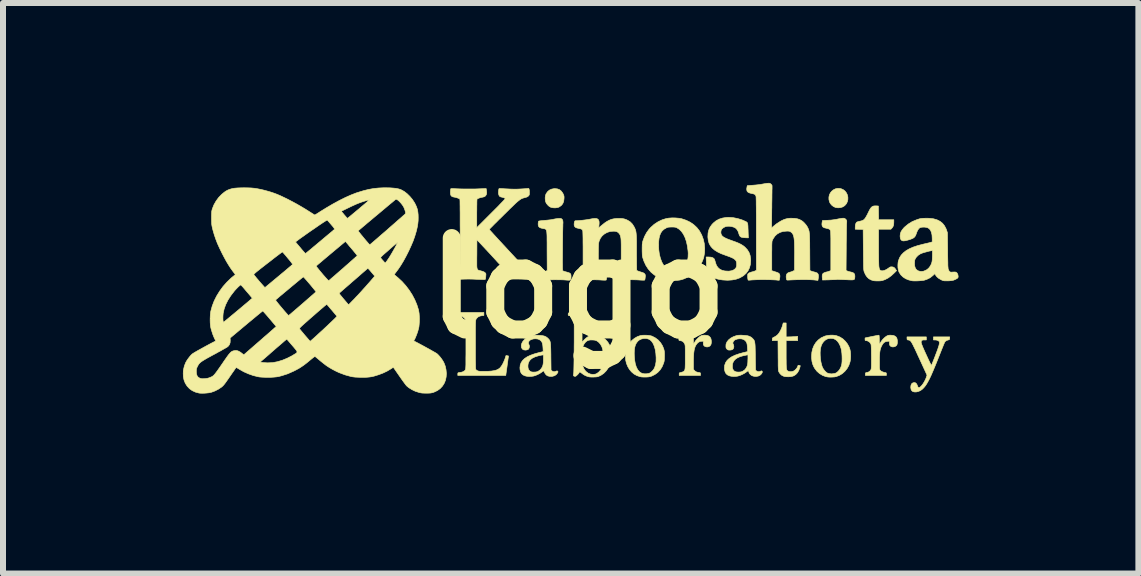
<source format=kicad_pcb>
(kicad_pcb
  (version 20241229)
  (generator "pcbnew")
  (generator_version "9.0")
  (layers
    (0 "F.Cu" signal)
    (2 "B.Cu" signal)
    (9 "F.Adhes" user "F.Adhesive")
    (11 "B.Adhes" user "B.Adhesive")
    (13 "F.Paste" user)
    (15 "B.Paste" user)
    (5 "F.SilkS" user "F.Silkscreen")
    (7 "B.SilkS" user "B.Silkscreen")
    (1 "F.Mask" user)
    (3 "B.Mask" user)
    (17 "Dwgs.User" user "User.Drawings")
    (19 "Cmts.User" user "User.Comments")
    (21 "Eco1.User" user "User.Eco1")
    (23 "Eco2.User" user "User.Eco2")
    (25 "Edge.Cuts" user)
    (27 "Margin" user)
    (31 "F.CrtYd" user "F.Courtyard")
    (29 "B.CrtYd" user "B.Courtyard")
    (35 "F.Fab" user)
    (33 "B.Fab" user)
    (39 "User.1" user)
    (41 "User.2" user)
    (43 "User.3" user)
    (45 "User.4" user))
  (footprint "logo"
    (layer "F.Cu")
    (at 6.587 1.754)
    (property "Reference" "logo" (at 0 0 0) (layer "F.SilkS") (effects (font (size 1.524 1.524) (thickness 0.3))))
    (attr through_hole)
    (fp_poly (pts (xy 4.371 -1.661) (xy 4.388 -1.657) (xy 4.424 -1.641) (xy 4.453 -1.618) (xy 4.476 -1.588) (xy 4.492 -1.554) (xy 4.5 -1.517) (xy 4.5 -1.479) (xy 4.492 -1.443) (xy 4.476 -1.408) (xy 4.45 -1.378) (xy 4.446 -1.374) (xy 4.414 -1.354) (xy 4.376 -1.342) (xy 4.335 -1.339) (xy 4.293 -1.345) (xy 4.289 -1.347) (xy 4.259 -1.361) (xy 4.231 -1.383) (xy 4.208 -1.41) (xy 4.194 -1.437) (xy 4.184 -1.478) (xy 4.184 -1.518) (xy 4.192 -1.555) (xy 4.209 -1.589) (xy 4.232 -1.617) (xy 4.261 -1.64) (xy 4.294 -1.656) (xy 4.332 -1.663) (xy 4.371 -1.661)) (stroke (width 0.01) (type solid)) (fill yes) (layer "F.SilkS"))
    (fp_poly (pts (xy -0.345 -1.655) (xy -0.309 -1.642) (xy -0.28 -1.619) (xy -0.255 -1.586) (xy -0.244 -1.564) (xy -0.237 -1.547) (xy -0.233 -1.532) (xy -0.232 -1.514) (xy -0.233 -1.489) (xy -0.233 -1.488) (xy -0.239 -1.444) (xy -0.254 -1.408) (xy -0.277 -1.379) (xy -0.309 -1.356) (xy -0.322 -1.349) (xy -0.348 -1.342) (xy -0.381 -1.338) (xy -0.415 -1.34) (xy -0.446 -1.346) (xy -0.451 -1.347) (xy -0.479 -1.362) (xy -0.504 -1.385) (xy -0.526 -1.412) (xy -0.539 -1.439) (xy -0.545 -1.47) (xy -0.547 -1.505) (xy -0.543 -1.539) (xy -0.534 -1.568) (xy -0.532 -1.572) (xy -0.508 -1.607) (xy -0.477 -1.634) (xy -0.439 -1.651) (xy -0.397 -1.659) (xy -0.386 -1.659) (xy -0.345 -1.655)) (stroke (width 0.01) (type solid)) (fill yes) (layer "F.SilkS"))
    (fp_poly (pts (xy 3.471 0.814) (xy 3.557 0.812) (xy 3.588 0.81) (xy 3.615 0.809) (xy 3.637 0.807) (xy 3.65 0.805) (xy 3.653 0.805) (xy 3.659 0.803) (xy 3.662 0.807) (xy 3.663 0.818) (xy 3.663 0.838) (xy 3.663 0.875) (xy 3.471 0.875) (xy 3.471 1.106) (xy 3.471 1.168) (xy 3.472 1.219) (xy 3.472 1.26) (xy 3.473 1.294) (xy 3.474 1.32) (xy 3.476 1.34) (xy 3.479 1.355) (xy 3.483 1.366) (xy 3.488 1.373) (xy 3.494 1.379) (xy 3.501 1.383) (xy 3.504 1.385) (xy 3.529 1.393) (xy 3.558 1.393) (xy 3.587 1.386) (xy 3.593 1.384) (xy 3.616 1.369) (xy 3.638 1.347) (xy 3.656 1.323) (xy 3.664 1.305) (xy 3.668 1.291) (xy 3.673 1.286) (xy 3.682 1.287) (xy 3.689 1.288) (xy 3.707 1.294) (xy 3.7 1.321) (xy 3.683 1.37) (xy 3.66 1.41) (xy 3.631 1.441) (xy 3.598 1.462) (xy 3.574 1.47) (xy 3.543 1.476) (xy 3.509 1.478) (xy 3.475 1.477) (xy 3.445 1.474) (xy 3.432 1.47) (xy 3.398 1.454) (xy 3.37 1.428) (xy 3.352 1.401) (xy 3.349 1.395) (xy 3.346 1.388) (xy 3.344 1.381) (xy 3.342 1.371) (xy 3.341 1.358) (xy 3.34 1.341) (xy 3.339 1.319) (xy 3.338 1.29) (xy 3.338 1.254) (xy 3.338 1.209) (xy 3.337 1.154) (xy 3.337 1.125) (xy 3.335 0.875) (xy 3.24 0.875) (xy 3.24 0.853) (xy 3.24 0.84) (xy 3.244 0.832) (xy 3.252 0.826) (xy 3.267 0.818) (xy 3.274 0.815) (xy 3.306 0.796) (xy 3.333 0.773) (xy 3.353 0.747) (xy 3.374 0.713) (xy 3.392 0.675) (xy 3.407 0.636) (xy 3.412 0.618) (xy 3.422 0.581) (xy 3.471 0.581) (xy 3.471 0.814)) (stroke (width 0.01) (type solid)) (fill yes) (layer "F.SilkS"))
    (fp_poly (pts (xy 1.149 0.786) (xy 1.184 0.789) (xy 1.215 0.795) (xy 1.235 0.801) (xy 1.289 0.829) (xy 1.337 0.865) (xy 1.377 0.91) (xy 1.409 0.961) (xy 1.43 1.013) (xy 1.435 1.032) (xy 1.439 1.05) (xy 1.441 1.07) (xy 1.442 1.096) (xy 1.442 1.13) (xy 1.442 1.132) (xy 1.441 1.165) (xy 1.44 1.19) (xy 1.438 1.211) (xy 1.435 1.228) (xy 1.429 1.247) (xy 1.426 1.256) (xy 1.402 1.313) (xy 1.37 1.363) (xy 1.33 1.406) (xy 1.283 1.44) (xy 1.231 1.466) (xy 1.199 1.476) (xy 1.17 1.481) (xy 1.134 1.483) (xy 1.096 1.483) (xy 1.061 1.481) (xy 1.034 1.476) (xy 0.981 1.458) (xy 0.933 1.431) (xy 0.892 1.396) (xy 0.857 1.354) (xy 0.829 1.306) (xy 0.808 1.254) (xy 0.795 1.199) (xy 0.791 1.141) (xy 0.795 1.082) (xy 0.795 1.082) (xy 0.938 1.082) (xy 0.939 1.129) (xy 0.945 1.201) (xy 0.956 1.263) (xy 0.973 1.316) (xy 0.995 1.359) (xy 1.023 1.393) (xy 1.047 1.411) (xy 1.077 1.424) (xy 1.112 1.429) (xy 1.15 1.428) (xy 1.185 1.421) (xy 1.206 1.411) (xy 1.228 1.393) (xy 1.25 1.37) (xy 1.268 1.345) (xy 1.277 1.328) (xy 1.293 1.28) (xy 1.302 1.225) (xy 1.303 1.16) (xy 1.298 1.087) (xy 1.288 1.024) (xy 1.273 0.97) (xy 1.253 0.924) (xy 1.229 0.888) (xy 1.201 0.862) (xy 1.175 0.849) (xy 1.138 0.839) (xy 1.098 0.839) (xy 1.059 0.848) (xy 1.024 0.864) (xy 0.996 0.887) (xy 0.996 0.888) (xy 0.974 0.916) (xy 0.958 0.948) (xy 0.947 0.986) (xy 0.94 1.03) (xy 0.938 1.082) (xy 0.795 1.082) (xy 0.808 1.023) (xy 0.831 0.965) (xy 0.831 0.965) (xy 0.86 0.916) (xy 0.898 0.873) (xy 0.942 0.837) (xy 0.99 0.809) (xy 1.041 0.791) (xy 1.049 0.79) (xy 1.078 0.786) (xy 1.112 0.785) (xy 1.149 0.786)) (stroke (width 0.01) (type solid)) (fill yes) (layer "F.SilkS"))
    (fp_poly (pts (xy 4.438 -1.164) (xy 4.451 -1.159) (xy 4.462 -1.151) (xy 4.468 -1.145) (xy 4.475 -1.136) (xy 4.479 -1.127) (xy 4.481 -1.117) (xy 4.481 -1.1) (xy 4.479 -1.076) (xy 4.479 -1.076) (xy 4.478 -1.061) (xy 4.478 -1.036) (xy 4.477 -1.002) (xy 4.476 -0.961) (xy 4.476 -0.912) (xy 4.475 -0.858) (xy 4.474 -0.799) (xy 4.473 -0.737) (xy 4.473 -0.672) (xy 4.473 -0.66) (xy 4.47 -0.295) (xy 4.489 -0.286) (xy 4.506 -0.279) (xy 4.528 -0.273) (xy 4.539 -0.271) (xy 4.571 -0.263) (xy 4.594 -0.253) (xy 4.608 -0.239) (xy 4.615 -0.22) (xy 4.617 -0.195) (xy 4.616 -0.185) (xy 4.615 -0.17) (xy 4.613 -0.158) (xy 4.609 -0.149) (xy 4.603 -0.143) (xy 4.591 -0.139) (xy 4.574 -0.137) (xy 4.55 -0.137) (xy 4.518 -0.138) (xy 4.476 -0.14) (xy 4.46 -0.14) (xy 4.422 -0.142) (xy 4.387 -0.143) (xy 4.357 -0.144) (xy 4.335 -0.145) (xy 4.321 -0.145) (xy 4.317 -0.144) (xy 4.309 -0.143) (xy 4.292 -0.142) (xy 4.267 -0.141) (xy 4.237 -0.14) (xy 4.202 -0.139) (xy 4.193 -0.138) (xy 4.077 -0.135) (xy 4.073 -0.174) (xy 4.072 -0.206) (xy 4.076 -0.229) (xy 4.087 -0.246) (xy 4.106 -0.257) (xy 4.134 -0.267) (xy 4.139 -0.268) (xy 4.162 -0.273) (xy 4.183 -0.28) (xy 4.197 -0.285) (xy 4.216 -0.293) (xy 4.216 -0.617) (xy 4.216 -0.697) (xy 4.216 -0.765) (xy 4.216 -0.823) (xy 4.215 -0.87) (xy 4.214 -0.907) (xy 4.213 -0.934) (xy 4.211 -0.952) (xy 4.21 -0.959) (xy 4.202 -0.974) (xy 4.187 -0.985) (xy 4.164 -0.993) (xy 4.137 -0.999) (xy 4.105 -1.007) (xy 4.083 -1.02) (xy 4.071 -1.04) (xy 4.067 -1.066) (xy 4.07 -1.093) (xy 4.076 -1.127) (xy 4.16 -1.131) (xy 4.217 -1.134) (xy 4.271 -1.141) (xy 4.329 -1.151) (xy 4.33 -1.152) (xy 4.369 -1.159) (xy 4.399 -1.164) (xy 4.422 -1.166) (xy 4.438 -1.164)) (stroke (width 0.01) (type solid)) (fill yes) (layer "F.SilkS"))
    (fp_poly (pts (xy 4.286 0.788) (xy 4.313 0.794) (xy 4.367 0.815) (xy 4.416 0.846) (xy 4.458 0.886) (xy 4.494 0.932) (xy 4.522 0.985) (xy 4.536 1.027) (xy 4.542 1.059) (xy 4.545 1.097) (xy 4.546 1.139) (xy 4.544 1.18) (xy 4.539 1.216) (xy 4.536 1.23) (xy 4.516 1.289) (xy 4.487 1.341) (xy 4.45 1.387) (xy 4.406 1.426) (xy 4.356 1.456) (xy 4.302 1.476) (xy 4.301 1.476) (xy 4.274 1.481) (xy 4.24 1.483) (xy 4.204 1.484) (xy 4.169 1.482) (xy 4.14 1.477) (xy 4.133 1.476) (xy 4.078 1.455) (xy 4.028 1.425) (xy 3.984 1.386) (xy 3.947 1.338) (xy 3.929 1.306) (xy 3.912 1.264) (xy 3.901 1.22) (xy 3.896 1.171) (xy 3.895 1.14) (xy 3.899 1.075) (xy 4.038 1.075) (xy 4.039 1.126) (xy 4.043 1.18) (xy 4.051 1.232) (xy 4.062 1.279) (xy 4.073 1.313) (xy 4.087 1.341) (xy 4.106 1.368) (xy 4.128 1.393) (xy 4.149 1.41) (xy 4.156 1.415) (xy 4.19 1.426) (xy 4.23 1.43) (xy 4.274 1.424) (xy 4.285 1.422) (xy 4.31 1.411) (xy 4.334 1.391) (xy 4.358 1.364) (xy 4.377 1.332) (xy 4.391 1.298) (xy 4.392 1.295) (xy 4.399 1.264) (xy 4.403 1.225) (xy 4.404 1.18) (xy 4.403 1.133) (xy 4.4 1.086) (xy 4.394 1.042) (xy 4.388 1.011) (xy 4.372 0.962) (xy 4.351 0.92) (xy 4.326 0.885) (xy 4.297 0.86) (xy 4.265 0.844) (xy 4.254 0.841) (xy 4.21 0.837) (xy 4.169 0.843) (xy 4.132 0.86) (xy 4.1 0.888) (xy 4.098 0.89) (xy 4.075 0.92) (xy 4.058 0.955) (xy 4.046 0.997) (xy 4.041 1.03) (xy 4.038 1.075) (xy 3.899 1.075) (xy 3.899 1.073) (xy 3.913 1.012) (xy 3.936 0.956) (xy 3.967 0.907) (xy 4.006 0.865) (xy 4.052 0.83) (xy 4.105 0.805) (xy 4.123 0.798) (xy 4.16 0.79) (xy 4.203 0.785) (xy 4.246 0.784) (xy 4.286 0.788)) (stroke (width 0.01) (type solid)) (fill yes) (layer "F.SilkS"))
    (fp_poly (pts (xy 4.973 -1.371) (xy 4.978 -1.371) (xy 5.009 -1.369) (xy 5.013 -1.14) (xy 5.266 -1.14) (xy 5.266 -1.102) (xy 5.264 -1.065) (xy 5.257 -1.035) (xy 5.245 -1.013) (xy 5.235 -1.001) (xy 5.217 -0.982) (xy 5.012 -0.982) (xy 5.012 -0.679) (xy 5.012 -0.606) (xy 5.013 -0.543) (xy 5.013 -0.49) (xy 5.014 -0.446) (xy 5.015 -0.41) (xy 5.016 -0.38) (xy 5.018 -0.357) (xy 5.021 -0.339) (xy 5.024 -0.325) (xy 5.028 -0.314) (xy 5.032 -0.306) (xy 5.038 -0.3) (xy 5.041 -0.297) (xy 5.06 -0.289) (xy 5.084 -0.289) (xy 5.113 -0.297) (xy 5.144 -0.311) (xy 5.176 -0.332) (xy 5.189 -0.342) (xy 5.208 -0.353) (xy 5.229 -0.355) (xy 5.253 -0.352) (xy 5.272 -0.343) (xy 5.289 -0.325) (xy 5.295 -0.316) (xy 5.312 -0.291) (xy 5.276 -0.255) (xy 5.223 -0.206) (xy 5.17 -0.168) (xy 5.117 -0.141) (xy 5.076 -0.127) (xy 5.049 -0.122) (xy 5.015 -0.12) (xy 4.979 -0.12) (xy 4.946 -0.122) (xy 4.929 -0.124) (xy 4.886 -0.137) (xy 4.849 -0.158) (xy 4.819 -0.187) (xy 4.793 -0.225) (xy 4.774 -0.269) (xy 4.771 -0.276) (xy 4.769 -0.283) (xy 4.767 -0.291) (xy 4.766 -0.301) (xy 4.764 -0.314) (xy 4.763 -0.33) (xy 4.762 -0.351) (xy 4.761 -0.378) (xy 4.761 -0.411) (xy 4.76 -0.452) (xy 4.76 -0.501) (xy 4.759 -0.559) (xy 4.759 -0.627) (xy 4.758 -0.641) (xy 4.755 -0.979) (xy 4.623 -0.982) (xy 4.623 -1.015) (xy 4.625 -1.051) (xy 4.633 -1.078) (xy 4.644 -1.097) (xy 4.645 -1.098) (xy 4.657 -1.104) (xy 4.675 -1.11) (xy 4.698 -1.115) (xy 4.699 -1.115) (xy 4.724 -1.121) (xy 4.744 -1.127) (xy 4.762 -1.137) (xy 4.778 -1.152) (xy 4.793 -1.172) (xy 4.809 -1.199) (xy 4.828 -1.234) (xy 4.84 -1.26) (xy 4.859 -1.298) (xy 4.875 -1.326) (xy 4.891 -1.347) (xy 4.907 -1.36) (xy 4.925 -1.368) (xy 4.947 -1.371) (xy 4.973 -1.371)) (stroke (width 0.01) (type solid)) (fill yes) (layer "F.SilkS"))
    (fp_poly (pts (xy -0.288 -1.161) (xy -0.277 -1.158) (xy -0.262 -1.145) (xy -0.253 -1.125) (xy -0.25 -1.098) (xy -0.251 -1.073) (xy -0.252 -1.06) (xy -0.252 -1.037) (xy -0.253 -1.004) (xy -0.254 -0.964) (xy -0.255 -0.916) (xy -0.255 -0.863) (xy -0.256 -0.805) (xy -0.257 -0.743) (xy -0.257 -0.679) (xy -0.257 -0.663) (xy -0.258 -0.588) (xy -0.258 -0.523) (xy -0.259 -0.469) (xy -0.259 -0.423) (xy -0.258 -0.385) (xy -0.258 -0.355) (xy -0.258 -0.332) (xy -0.257 -0.315) (xy -0.256 -0.302) (xy -0.255 -0.294) (xy -0.253 -0.29) (xy -0.252 -0.289) (xy -0.244 -0.285) (xy -0.227 -0.279) (xy -0.205 -0.272) (xy -0.192 -0.269) (xy -0.162 -0.26) (xy -0.14 -0.252) (xy -0.127 -0.242) (xy -0.119 -0.228) (xy -0.116 -0.21) (xy -0.116 -0.192) (xy -0.116 -0.169) (xy -0.119 -0.155) (xy -0.124 -0.145) (xy -0.127 -0.141) (xy -0.132 -0.136) (xy -0.138 -0.133) (xy -0.147 -0.132) (xy -0.16 -0.132) (xy -0.179 -0.133) (xy -0.208 -0.135) (xy -0.218 -0.136) (xy -0.247 -0.138) (xy -0.285 -0.139) (xy -0.33 -0.139) (xy -0.379 -0.14) (xy -0.43 -0.139) (xy -0.481 -0.138) (xy -0.528 -0.137) (xy -0.571 -0.135) (xy -0.606 -0.133) (xy -0.619 -0.132) (xy -0.653 -0.129) (xy -0.657 -0.159) (xy -0.66 -0.188) (xy -0.66 -0.208) (xy -0.658 -0.223) (xy -0.652 -0.234) (xy -0.645 -0.243) (xy -0.626 -0.256) (xy -0.599 -0.264) (xy -0.595 -0.265) (xy -0.572 -0.271) (xy -0.549 -0.278) (xy -0.538 -0.283) (xy -0.513 -0.293) (xy -0.515 -0.623) (xy -0.515 -0.695) (xy -0.515 -0.757) (xy -0.516 -0.81) (xy -0.516 -0.853) (xy -0.517 -0.889) (xy -0.519 -0.917) (xy -0.521 -0.94) (xy -0.525 -0.957) (xy -0.529 -0.969) (xy -0.535 -0.978) (xy -0.542 -0.984) (xy -0.55 -0.987) (xy -0.56 -0.99) (xy -0.573 -0.992) (xy -0.587 -0.995) (xy -0.587 -0.995) (xy -0.614 -1.001) (xy -0.631 -1.007) (xy -0.643 -1.014) (xy -0.652 -1.023) (xy -0.659 -1.035) (xy -0.663 -1.051) (xy -0.664 -1.073) (xy -0.662 -1.095) (xy -0.658 -1.113) (xy -0.656 -1.116) (xy -0.649 -1.119) (xy -0.631 -1.122) (xy -0.604 -1.125) (xy -0.568 -1.128) (xy -0.561 -1.129) (xy -0.525 -1.132) (xy -0.488 -1.136) (xy -0.453 -1.14) (xy -0.425 -1.145) (xy -0.417 -1.147) (xy -0.376 -1.155) (xy -0.34 -1.16) (xy -0.31 -1.162) (xy -0.288 -1.161)) (stroke (width 0.01) (type solid)) (fill yes) (layer "F.SilkS"))
    (fp_poly (pts (xy -1.569 0.456) (xy -1.6 0.459) (xy -1.638 0.467) (xy -1.669 0.483) (xy -1.692 0.507) (xy -1.7 0.52) (xy -1.702 0.525) (xy -1.703 0.53) (xy -1.705 0.537) (xy -1.706 0.546) (xy -1.707 0.559) (xy -1.708 0.575) (xy -1.709 0.597) (xy -1.709 0.624) (xy -1.71 0.658) (xy -1.71 0.699) (xy -1.71 0.748) (xy -1.71 0.806) (xy -1.71 0.873) (xy -1.71 0.943) (xy -1.71 1.031) (xy -1.71 1.107) (xy -1.71 1.173) (xy -1.709 1.229) (xy -1.708 1.274) (xy -1.708 1.309) (xy -1.707 1.334) (xy -1.705 1.35) (xy -1.704 1.356) (xy -1.695 1.365) (xy -1.681 1.375) (xy -1.675 1.378) (xy -1.664 1.382) (xy -1.651 1.385) (xy -1.635 1.387) (xy -1.613 1.388) (xy -1.583 1.388) (xy -1.561 1.388) (xy -1.497 1.387) (xy -1.443 1.383) (xy -1.398 1.376) (xy -1.36 1.366) (xy -1.33 1.352) (xy -1.305 1.334) (xy -1.297 1.326) (xy -1.277 1.301) (xy -1.256 1.267) (xy -1.237 1.227) (xy -1.219 1.183) (xy -1.213 1.165) (xy -1.2 1.124) (xy -1.18 1.127) (xy -1.167 1.13) (xy -1.159 1.131) (xy -1.159 1.131) (xy -1.159 1.137) (xy -1.161 1.152) (xy -1.165 1.176) (xy -1.169 1.206) (xy -1.174 1.243) (xy -1.18 1.283) (xy -1.181 1.294) (xy -1.204 1.456) (xy -2.004 1.456) (xy -2.004 1.434) (xy -2.003 1.419) (xy -1.999 1.412) (xy -1.988 1.409) (xy -1.983 1.408) (xy -1.964 1.405) (xy -1.947 1.403) (xy -1.946 1.403) (xy -1.917 1.394) (xy -1.893 1.38) (xy -1.88 1.365) (xy -1.878 1.361) (xy -1.876 1.357) (xy -1.874 1.351) (xy -1.873 1.343) (xy -1.872 1.332) (xy -1.871 1.318) (xy -1.87 1.298) (xy -1.869 1.274) (xy -1.869 1.243) (xy -1.869 1.205) (xy -1.869 1.159) (xy -1.868 1.105) (xy -1.868 1.041) (xy -1.868 0.967) (xy -1.868 0.945) (xy -1.868 0.868) (xy -1.869 0.802) (xy -1.869 0.745) (xy -1.869 0.697) (xy -1.869 0.656) (xy -1.87 0.623) (xy -1.87 0.597) (xy -1.871 0.576) (xy -1.872 0.56) (xy -1.873 0.547) (xy -1.874 0.538) (xy -1.876 0.531) (xy -1.878 0.525) (xy -1.879 0.521) (xy -1.896 0.497) (xy -1.922 0.478) (xy -1.954 0.464) (xy -1.99 0.458) (xy -2.002 0.457) (xy -2.014 0.457) (xy -2.019 0.453) (xy -2.021 0.442) (xy -2.021 0.432) (xy -2.021 0.406) (xy -1.569 0.406) (xy -1.569 0.456)) (stroke (width 0.01) (type solid)) (fill yes) (layer "F.SilkS"))
    (fp_poly (pts (xy 1.92 0.787) (xy 1.923 0.795) (xy 1.924 0.811) (xy 1.925 0.835) (xy 1.925 0.862) (xy 1.925 0.94) (xy 1.943 0.906) (xy 1.962 0.876) (xy 1.987 0.847) (xy 2.014 0.821) (xy 2.041 0.801) (xy 2.051 0.796) (xy 2.067 0.789) (xy 2.083 0.786) (xy 2.102 0.785) (xy 2.122 0.785) (xy 2.152 0.788) (xy 2.174 0.795) (xy 2.191 0.806) (xy 2.207 0.824) (xy 2.209 0.826) (xy 2.217 0.844) (xy 2.222 0.868) (xy 2.224 0.895) (xy 2.222 0.922) (xy 2.216 0.943) (xy 2.216 0.944) (xy 2.2 0.965) (xy 2.178 0.977) (xy 2.152 0.981) (xy 2.124 0.976) (xy 2.119 0.974) (xy 2.101 0.961) (xy 2.091 0.942) (xy 2.089 0.915) (xy 2.089 0.91) (xy 2.091 0.886) (xy 2.064 0.886) (xy 2.038 0.889) (xy 2.015 0.899) (xy 1.993 0.916) (xy 1.986 0.925) (xy 1.969 0.947) (xy 1.955 0.973) (xy 1.944 1.004) (xy 1.936 1.041) (xy 1.93 1.086) (xy 1.927 1.139) (xy 1.925 1.202) (xy 1.925 1.226) (xy 1.925 1.354) (xy 1.942 1.374) (xy 1.957 1.387) (xy 1.974 1.397) (xy 1.998 1.404) (xy 2.022 1.408) (xy 2.036 1.411) (xy 2.042 1.417) (xy 2.043 1.429) (xy 2.043 1.434) (xy 2.043 1.456) (xy 1.688 1.456) (xy 1.688 1.434) (xy 1.688 1.421) (xy 1.691 1.414) (xy 1.7 1.41) (xy 1.717 1.406) (xy 1.717 1.406) (xy 1.737 1.4) (xy 1.754 1.394) (xy 1.76 1.391) (xy 1.767 1.385) (xy 1.773 1.379) (xy 1.778 1.371) (xy 1.782 1.359) (xy 1.785 1.344) (xy 1.787 1.323) (xy 1.788 1.295) (xy 1.789 1.26) (xy 1.789 1.216) (xy 1.789 1.162) (xy 1.789 1.147) (xy 1.789 1.095) (xy 1.789 1.053) (xy 1.789 1.019) (xy 1.788 0.993) (xy 1.788 0.973) (xy 1.786 0.959) (xy 1.785 0.948) (xy 1.783 0.94) (xy 1.78 0.933) (xy 1.777 0.926) (xy 1.777 0.926) (xy 1.759 0.9) (xy 1.738 0.884) (xy 1.711 0.877) (xy 1.708 0.876) (xy 1.692 0.874) (xy 1.685 0.87) (xy 1.682 0.862) (xy 1.682 0.852) (xy 1.682 0.838) (xy 1.683 0.83) (xy 1.684 0.83) (xy 1.69 0.829) (xy 1.705 0.826) (xy 1.728 0.821) (xy 1.757 0.815) (xy 1.79 0.809) (xy 1.798 0.807) (xy 1.832 0.8) (xy 1.863 0.794) (xy 1.889 0.789) (xy 1.907 0.786) (xy 1.917 0.785) (xy 1.917 0.785) (xy 1.92 0.787)) (stroke (width 0.01) (type solid)) (fill yes) (layer "F.SilkS"))
    (fp_poly (pts (xy 1.626 -1.17) (xy 1.682 -1.165) (xy 1.732 -1.156) (xy 1.734 -1.155) (xy 1.805 -1.131) (xy 1.871 -1.099) (xy 1.93 -1.058) (xy 1.982 -1.01) (xy 2.025 -0.955) (xy 2.028 -0.95) (xy 2.063 -0.886) (xy 2.089 -0.816) (xy 2.106 -0.743) (xy 2.113 -0.668) (xy 2.111 -0.592) (xy 2.098 -0.518) (xy 2.094 -0.503) (xy 2.08 -0.463) (xy 2.06 -0.419) (xy 2.037 -0.375) (xy 2.011 -0.336) (xy 1.995 -0.315) (xy 1.948 -0.265) (xy 1.892 -0.221) (xy 1.831 -0.183) (xy 1.766 -0.154) (xy 1.727 -0.141) (xy 1.695 -0.134) (xy 1.654 -0.129) (xy 1.61 -0.126) (xy 1.565 -0.126) (xy 1.522 -0.128) (xy 1.486 -0.132) (xy 1.483 -0.133) (xy 1.407 -0.152) (xy 1.337 -0.181) (xy 1.274 -0.219) (xy 1.219 -0.264) (xy 1.171 -0.319) (xy 1.131 -0.381) (xy 1.099 -0.451) (xy 1.086 -0.489) (xy 1.08 -0.508) (xy 1.076 -0.525) (xy 1.073 -0.541) (xy 1.072 -0.561) (xy 1.071 -0.585) (xy 1.07 -0.617) (xy 1.07 -0.641) (xy 1.07 -0.679) (xy 1.071 -0.708) (xy 1.071 -0.72) (xy 1.343 -0.72) (xy 1.347 -0.639) (xy 1.357 -0.565) (xy 1.375 -0.496) (xy 1.398 -0.435) (xy 1.428 -0.382) (xy 1.464 -0.338) (xy 1.492 -0.312) (xy 1.511 -0.3) (xy 1.531 -0.289) (xy 1.538 -0.286) (xy 1.56 -0.28) (xy 1.589 -0.278) (xy 1.621 -0.277) (xy 1.652 -0.279) (xy 1.679 -0.283) (xy 1.685 -0.285) (xy 1.726 -0.303) (xy 1.761 -0.33) (xy 1.79 -0.366) (xy 1.812 -0.41) (xy 1.828 -0.461) (xy 1.836 -0.519) (xy 1.838 -0.583) (xy 1.835 -0.622) (xy 1.824 -0.703) (xy 1.808 -0.776) (xy 1.786 -0.841) (xy 1.759 -0.897) (xy 1.727 -0.943) (xy 1.69 -0.98) (xy 1.649 -1.006) (xy 1.635 -1.012) (xy 1.62 -1.016) (xy 1.602 -1.018) (xy 1.577 -1.019) (xy 1.564 -1.019) (xy 1.535 -1.018) (xy 1.515 -1.017) (xy 1.499 -1.014) (xy 1.484 -1.009) (xy 1.473 -1.004) (xy 1.435 -0.982) (xy 1.405 -0.955) (xy 1.381 -0.921) (xy 1.364 -0.88) (xy 1.352 -0.832) (xy 1.345 -0.774) (xy 1.343 -0.72) (xy 1.071 -0.72) (xy 1.072 -0.731) (xy 1.074 -0.749) (xy 1.077 -0.766) (xy 1.081 -0.783) (xy 1.082 -0.786) (xy 1.109 -0.859) (xy 1.144 -0.925) (xy 1.188 -0.985) (xy 1.213 -1.012) (xy 1.271 -1.064) (xy 1.335 -1.106) (xy 1.404 -1.139) (xy 1.465 -1.158) (xy 1.514 -1.167) (xy 1.569 -1.171) (xy 1.626 -1.17)) (stroke (width 0.01) (type solid)) (fill yes) (layer "F.SilkS"))
    (fp_poly (pts (xy 5.02 0.788) (xy 5.022 0.798) (xy 5.023 0.816) (xy 5.024 0.844) (xy 5.024 0.857) (xy 5.024 0.885) (xy 5.025 0.908) (xy 5.026 0.925) (xy 5.027 0.933) (xy 5.027 0.933) (xy 5.031 0.931) (xy 5.038 0.92) (xy 5.043 0.91) (xy 5.059 0.884) (xy 5.081 0.856) (xy 5.107 0.83) (xy 5.134 0.808) (xy 5.144 0.801) (xy 5.162 0.792) (xy 5.177 0.787) (xy 5.196 0.785) (xy 5.215 0.785) (xy 5.253 0.788) (xy 5.282 0.798) (xy 5.304 0.815) (xy 5.314 0.83) (xy 5.321 0.849) (xy 5.325 0.875) (xy 5.326 0.903) (xy 5.323 0.928) (xy 5.317 0.948) (xy 5.315 0.951) (xy 5.298 0.967) (xy 5.276 0.977) (xy 5.252 0.981) (xy 5.228 0.977) (xy 5.209 0.966) (xy 5.206 0.962) (xy 5.197 0.95) (xy 5.194 0.934) (xy 5.193 0.916) (xy 5.193 0.885) (xy 5.159 0.887) (xy 5.129 0.893) (xy 5.105 0.906) (xy 5.084 0.928) (xy 5.065 0.96) (xy 5.065 0.96) (xy 5.053 0.985) (xy 5.044 1.011) (xy 5.037 1.039) (xy 5.032 1.072) (xy 5.029 1.11) (xy 5.027 1.156) (xy 5.027 1.212) (xy 5.027 1.223) (xy 5.027 1.265) (xy 5.027 1.297) (xy 5.027 1.321) (xy 5.028 1.338) (xy 5.03 1.35) (xy 5.032 1.359) (xy 5.035 1.365) (xy 5.038 1.37) (xy 5.054 1.384) (xy 5.078 1.396) (xy 5.108 1.406) (xy 5.121 1.408) (xy 5.135 1.411) (xy 5.141 1.417) (xy 5.142 1.429) (xy 5.142 1.434) (xy 5.142 1.456) (xy 4.792 1.456) (xy 4.792 1.434) (xy 4.792 1.422) (xy 4.794 1.415) (xy 4.8 1.411) (xy 4.812 1.407) (xy 4.833 1.403) (xy 4.835 1.402) (xy 4.854 1.394) (xy 4.871 1.379) (xy 4.885 1.359) (xy 4.888 1.35) (xy 4.89 1.337) (xy 4.892 1.313) (xy 4.893 1.278) (xy 4.893 1.232) (xy 4.893 1.176) (xy 4.893 1.137) (xy 4.892 1.085) (xy 4.892 1.044) (xy 4.891 1.01) (xy 4.89 0.985) (xy 4.889 0.966) (xy 4.888 0.951) (xy 4.886 0.941) (xy 4.884 0.933) (xy 4.881 0.926) (xy 4.879 0.923) (xy 4.864 0.903) (xy 4.842 0.887) (xy 4.818 0.877) (xy 4.802 0.875) (xy 4.792 0.874) (xy 4.788 0.869) (xy 4.787 0.856) (xy 4.786 0.852) (xy 4.787 0.838) (xy 4.788 0.83) (xy 4.788 0.83) (xy 4.794 0.829) (xy 4.809 0.826) (xy 4.831 0.821) (xy 4.86 0.815) (xy 4.893 0.808) (xy 4.899 0.807) (xy 4.933 0.8) (xy 4.964 0.794) (xy 4.989 0.789) (xy 5.007 0.786) (xy 5.016 0.785) (xy 5.016 0.785) (xy 5.02 0.788)) (stroke (width 0.01) (type solid)) (fill yes) (layer "F.SilkS"))
    (fp_poly (pts (xy 5.808 0.864) (xy 5.775 0.864) (xy 5.755 0.864) (xy 5.743 0.867) (xy 5.734 0.873) (xy 5.73 0.878) (xy 5.724 0.887) (xy 5.722 0.896) (xy 5.723 0.91) (xy 5.726 0.922) (xy 5.73 0.935) (xy 5.738 0.955) (xy 5.748 0.981) (xy 5.762 1.012) (xy 5.777 1.047) (xy 5.794 1.084) (xy 5.811 1.121) (xy 5.828 1.158) (xy 5.844 1.193) (xy 5.859 1.224) (xy 5.872 1.251) (xy 5.883 1.271) (xy 5.89 1.284) (xy 5.893 1.288) (xy 5.894 1.288) (xy 5.897 1.282) (xy 5.903 1.267) (xy 5.912 1.244) (xy 5.924 1.214) (xy 5.938 1.179) (xy 5.953 1.14) (xy 5.957 1.129) (xy 5.979 1.071) (xy 5.997 1.023) (xy 6.01 0.983) (xy 6.02 0.952) (xy 6.025 0.927) (xy 6.027 0.909) (xy 6.026 0.896) (xy 6.022 0.889) (xy 6.005 0.876) (xy 5.981 0.867) (xy 5.954 0.864) (xy 5.952 0.864) (xy 5.927 0.864) (xy 5.927 0.813) (xy 6.198 0.813) (xy 6.197 0.837) (xy 6.195 0.852) (xy 6.19 0.859) (xy 6.18 0.863) (xy 6.174 0.864) (xy 6.146 0.873) (xy 6.124 0.889) (xy 6.116 0.899) (xy 6.112 0.907) (xy 6.105 0.924) (xy 6.094 0.949) (xy 6.081 0.982) (xy 6.065 1.021) (xy 6.048 1.064) (xy 6.029 1.112) (xy 6.011 1.157) (xy 5.976 1.245) (xy 5.944 1.323) (xy 5.915 1.392) (xy 5.889 1.452) (xy 5.864 1.505) (xy 5.841 1.549) (xy 5.819 1.588) (xy 5.799 1.62) (xy 5.778 1.647) (xy 5.758 1.669) (xy 5.738 1.688) (xy 5.717 1.703) (xy 5.7 1.713) (xy 5.672 1.724) (xy 5.641 1.731) (xy 5.611 1.731) (xy 5.586 1.726) (xy 5.584 1.725) (xy 5.565 1.71) (xy 5.553 1.687) (xy 5.549 1.657) (xy 5.548 1.655) (xy 5.552 1.622) (xy 5.561 1.598) (xy 5.577 1.583) (xy 5.577 1.583) (xy 5.602 1.575) (xy 5.623 1.577) (xy 5.641 1.59) (xy 5.655 1.614) (xy 5.658 1.623) (xy 5.666 1.642) (xy 5.672 1.653) (xy 5.68 1.657) (xy 5.684 1.658) (xy 5.698 1.655) (xy 5.714 1.642) (xy 5.733 1.622) (xy 5.752 1.597) (xy 5.771 1.567) (xy 5.788 1.535) (xy 5.803 1.502) (xy 5.808 1.487) (xy 5.82 1.451) (xy 5.695 1.179) (xy 5.665 1.115) (xy 5.64 1.06) (xy 5.619 1.015) (xy 5.6 0.977) (xy 5.585 0.946) (xy 5.572 0.922) (xy 5.561 0.903) (xy 5.551 0.889) (xy 5.543 0.88) (xy 5.534 0.873) (xy 5.526 0.869) (xy 5.518 0.867) (xy 5.51 0.865) (xy 5.495 0.863) (xy 5.489 0.858) (xy 5.487 0.848) (xy 5.486 0.837) (xy 5.486 0.813) (xy 5.808 0.813) (xy 5.808 0.864)) (stroke (width 0.01) (type solid)) (fill yes) (layer "F.SilkS"))
    (fp_poly (pts (xy 2.587 -1.175) (xy 2.663 -1.16) (xy 2.737 -1.137) (xy 2.792 -1.113) (xy 2.804 -1.107) (xy 2.813 -1.101) (xy 2.82 -1.095) (xy 2.825 -1.086) (xy 2.829 -1.073) (xy 2.832 -1.055) (xy 2.834 -1.03) (xy 2.835 -0.997) (xy 2.837 -0.955) (xy 2.837 -0.943) (xy 2.841 -0.838) (xy 2.788 -0.84) (xy 2.753 -0.843) (xy 2.727 -0.848) (xy 2.709 -0.857) (xy 2.696 -0.872) (xy 2.687 -0.893) (xy 2.681 -0.912) (xy 2.669 -0.947) (xy 2.651 -0.977) (xy 2.63 -0.999) (xy 2.626 -1.002) (xy 2.596 -1.017) (xy 2.56 -1.027) (xy 2.522 -1.032) (xy 2.486 -1.031) (xy 2.459 -1.025) (xy 2.425 -1.008) (xy 2.4 -0.987) (xy 2.386 -0.961) (xy 2.382 -0.932) (xy 2.384 -0.911) (xy 2.39 -0.892) (xy 2.401 -0.874) (xy 2.418 -0.858) (xy 2.442 -0.843) (xy 2.474 -0.827) (xy 2.516 -0.81) (xy 2.567 -0.792) (xy 2.571 -0.79) (xy 2.625 -0.771) (xy 2.67 -0.753) (xy 2.706 -0.736) (xy 2.737 -0.718) (xy 2.764 -0.7) (xy 2.787 -0.68) (xy 2.825 -0.639) (xy 2.852 -0.595) (xy 2.87 -0.546) (xy 2.878 -0.491) (xy 2.88 -0.458) (xy 2.875 -0.396) (xy 2.86 -0.34) (xy 2.836 -0.29) (xy 2.802 -0.246) (xy 2.759 -0.207) (xy 2.753 -0.203) (xy 2.698 -0.171) (xy 2.637 -0.149) (xy 2.569 -0.136) (xy 2.494 -0.131) (xy 2.413 -0.136) (xy 2.413 -0.136) (xy 2.354 -0.145) (xy 2.296 -0.159) (xy 2.243 -0.175) (xy 2.197 -0.194) (xy 2.17 -0.208) (xy 2.161 -0.214) (xy 2.156 -0.221) (xy 2.152 -0.231) (xy 2.15 -0.248) (xy 2.149 -0.266) (xy 2.147 -0.288) (xy 2.145 -0.318) (xy 2.144 -0.353) (xy 2.142 -0.39) (xy 2.141 -0.416) (xy 2.137 -0.519) (xy 2.179 -0.519) (xy 2.218 -0.516) (xy 2.248 -0.507) (xy 2.268 -0.492) (xy 2.277 -0.479) (xy 2.282 -0.463) (xy 2.288 -0.442) (xy 2.294 -0.421) (xy 2.309 -0.379) (xy 2.333 -0.344) (xy 2.364 -0.316) (xy 2.403 -0.297) (xy 2.449 -0.286) (xy 2.502 -0.283) (xy 2.518 -0.283) (xy 2.562 -0.29) (xy 2.597 -0.304) (xy 2.623 -0.324) (xy 2.628 -0.33) (xy 2.637 -0.345) (xy 2.643 -0.36) (xy 2.646 -0.381) (xy 2.646 -0.39) (xy 2.646 -0.415) (xy 2.642 -0.438) (xy 2.634 -0.457) (xy 2.619 -0.474) (xy 2.598 -0.491) (xy 2.569 -0.506) (xy 2.531 -0.522) (xy 2.484 -0.539) (xy 2.459 -0.548) (xy 2.388 -0.574) (xy 2.328 -0.603) (xy 2.278 -0.634) (xy 2.238 -0.669) (xy 2.207 -0.707) (xy 2.185 -0.749) (xy 2.172 -0.796) (xy 2.166 -0.849) (xy 2.166 -0.861) (xy 2.169 -0.919) (xy 2.182 -0.972) (xy 2.204 -1.019) (xy 2.235 -1.062) (xy 2.258 -1.086) (xy 2.303 -1.123) (xy 2.353 -1.15) (xy 2.409 -1.168) (xy 2.471 -1.178) (xy 2.512 -1.18) (xy 2.587 -1.175)) (stroke (width 0.01) (type solid)) (fill yes) (layer "F.SilkS"))
    (fp_poly (pts (xy 0.068 0.906) (xy 0.08 0.889) (xy 0.105 0.86) (xy 0.135 0.832) (xy 0.167 0.81) (xy 0.178 0.804) (xy 0.194 0.797) (xy 0.207 0.792) (xy 0.221 0.789) (xy 0.24 0.788) (xy 0.266 0.788) (xy 0.277 0.788) (xy 0.308 0.788) (xy 0.331 0.79) (xy 0.349 0.793) (xy 0.365 0.798) (xy 0.373 0.8) (xy 0.419 0.825) (xy 0.461 0.859) (xy 0.498 0.901) (xy 0.527 0.95) (xy 0.549 1.003) (xy 0.554 1.022) (xy 0.558 1.05) (xy 0.56 1.085) (xy 0.561 1.124) (xy 0.559 1.162) (xy 0.554 1.197) (xy 0.551 1.216) (xy 0.531 1.277) (xy 0.504 1.332) (xy 0.47 1.38) (xy 0.43 1.421) (xy 0.385 1.452) (xy 0.369 1.46) (xy 0.349 1.469) (xy 0.333 1.476) (xy 0.317 1.479) (xy 0.297 1.481) (xy 0.271 1.482) (xy 0.263 1.483) (xy 0.221 1.483) (xy 0.188 1.48) (xy 0.171 1.476) (xy 0.141 1.466) (xy 0.114 1.454) (xy 0.085 1.436) (xy 0.064 1.42) (xy 0.029 1.395) (xy 0.017 1.414) (xy 0.006 1.429) (xy -0.01 1.446) (xy -0.018 1.453) (xy -0.033 1.466) (xy -0.044 1.471) (xy -0.055 1.471) (xy -0.056 1.47) (xy -0.068 1.466) (xy -0.075 1.46) (xy -0.076 1.449) (xy -0.073 1.43) (xy -0.073 1.428) (xy -0.071 1.415) (xy -0.07 1.392) (xy -0.069 1.357) (xy -0.068 1.312) (xy -0.067 1.256) (xy -0.066 1.19) (xy -0.065 1.127) (xy 0.063 1.127) (xy 0.064 1.174) (xy 0.068 1.23) (xy 0.075 1.277) (xy 0.086 1.315) (xy 0.102 1.348) (xy 0.122 1.377) (xy 0.137 1.393) (xy 0.17 1.418) (xy 0.207 1.433) (xy 0.246 1.439) (xy 0.286 1.435) (xy 0.3 1.431) (xy 0.319 1.421) (xy 0.34 1.405) (xy 0.354 1.393) (xy 0.382 1.359) (xy 0.404 1.317) (xy 0.418 1.269) (xy 0.427 1.212) (xy 0.429 1.159) (xy 0.426 1.092) (xy 0.415 1.032) (xy 0.399 0.98) (xy 0.376 0.937) (xy 0.346 0.903) (xy 0.318 0.882) (xy 0.3 0.874) (xy 0.281 0.868) (xy 0.256 0.865) (xy 0.248 0.865) (xy 0.209 0.864) (xy 0.178 0.869) (xy 0.152 0.88) (xy 0.129 0.898) (xy 0.124 0.903) (xy 0.102 0.932) (xy 0.084 0.968) (xy 0.072 1.012) (xy 0.065 1.065) (xy 0.063 1.127) (xy -0.065 1.127) (xy -0.065 1.114) (xy -0.064 1.029) (xy -0.064 0.978) (xy -0.063 0.898) (xy -0.063 0.828) (xy -0.063 0.768) (xy -0.063 0.717) (xy -0.063 0.675) (xy -0.063 0.639) (xy -0.063 0.61) (xy -0.064 0.587) (xy -0.065 0.568) (xy -0.066 0.554) (xy -0.067 0.543) (xy -0.069 0.535) (xy -0.07 0.528) (xy -0.084 0.498) (xy -0.104 0.476) (xy -0.131 0.462) (xy -0.141 0.46) (xy -0.156 0.457) (xy -0.162 0.452) (xy -0.163 0.443) (xy -0.163 0.435) (xy -0.161 0.415) (xy -0.047 0.392) (xy 0.068 0.368) (xy 0.068 0.906)) (stroke (width 0.01) (type solid)) (fill yes) (layer "F.SilkS"))
    (fp_poly (pts (xy -0.689 0.785) (xy -0.665 0.786) (xy -0.619 0.789) (xy -0.583 0.794) (xy -0.553 0.802) (xy -0.528 0.815) (xy -0.506 0.832) (xy -0.5 0.838) (xy -0.489 0.849) (xy -0.481 0.859) (xy -0.474 0.869) (xy -0.468 0.882) (xy -0.463 0.897) (xy -0.46 0.916) (xy -0.457 0.94) (xy -0.456 0.971) (xy -0.454 1.008) (xy -0.453 1.055) (xy -0.452 1.11) (xy -0.452 1.142) (xy -0.449 1.367) (xy -0.433 1.381) (xy -0.412 1.392) (xy -0.387 1.393) (xy -0.364 1.385) (xy -0.352 1.38) (xy -0.345 1.381) (xy -0.339 1.386) (xy -0.334 1.392) (xy -0.334 1.4) (xy -0.34 1.412) (xy -0.342 1.416) (xy -0.364 1.443) (xy -0.392 1.461) (xy -0.428 1.471) (xy -0.437 1.472) (xy -0.475 1.471) (xy -0.506 1.463) (xy -0.531 1.446) (xy -0.551 1.419) (xy -0.559 1.404) (xy -0.565 1.39) (xy -0.57 1.383) (xy -0.577 1.382) (xy -0.588 1.389) (xy -0.605 1.401) (xy -0.61 1.405) (xy -0.637 1.423) (xy -0.672 1.441) (xy -0.707 1.456) (xy -0.739 1.466) (xy -0.744 1.467) (xy -0.781 1.472) (xy -0.82 1.473) (xy -0.856 1.469) (xy -0.885 1.462) (xy -0.917 1.447) (xy -0.942 1.425) (xy -0.958 1.395) (xy -0.966 1.358) (xy -0.968 1.326) (xy -0.964 1.298) (xy -0.835 1.298) (xy -0.832 1.333) (xy -0.822 1.36) (xy -0.805 1.381) (xy -0.796 1.387) (xy -0.784 1.394) (xy -0.77 1.398) (xy -0.751 1.4) (xy -0.734 1.4) (xy -0.708 1.399) (xy -0.689 1.396) (xy -0.672 1.39) (xy -0.66 1.384) (xy -0.629 1.362) (xy -0.612 1.341) (xy -0.597 1.318) (xy -0.587 1.294) (xy -0.581 1.267) (xy -0.577 1.234) (xy -0.576 1.193) (xy -0.576 1.185) (xy -0.576 1.113) (xy -0.597 1.116) (xy -0.613 1.118) (xy -0.635 1.123) (xy -0.659 1.128) (xy -0.661 1.129) (xy -0.716 1.146) (xy -0.76 1.167) (xy -0.794 1.193) (xy -0.817 1.225) (xy -0.831 1.261) (xy -0.835 1.298) (xy -0.964 1.298) (xy -0.963 1.283) (xy -0.948 1.243) (xy -0.924 1.207) (xy -0.89 1.174) (xy -0.846 1.145) (xy -0.791 1.119) (xy -0.726 1.096) (xy -0.658 1.077) (xy -0.58 1.058) (xy -0.583 0.999) (xy -0.586 0.961) (xy -0.591 0.931) (xy -0.598 0.908) (xy -0.608 0.89) (xy -0.622 0.874) (xy -0.646 0.857) (xy -0.678 0.847) (xy -0.713 0.844) (xy -0.75 0.848) (xy -0.785 0.86) (xy -0.789 0.862) (xy -0.807 0.874) (xy -0.82 0.891) (xy -0.827 0.908) (xy -0.826 0.924) (xy -0.824 0.928) (xy -0.813 0.952) (xy -0.81 0.977) (xy -0.815 1) (xy -0.826 1.018) (xy -0.835 1.024) (xy -0.851 1.03) (xy -0.871 1.033) (xy -0.88 1.033) (xy -0.907 1.029) (xy -0.927 1.016) (xy -0.94 0.995) (xy -0.943 0.985) (xy -0.945 0.952) (xy -0.936 0.919) (xy -0.918 0.887) (xy -0.891 0.857) (xy -0.857 0.831) (xy -0.815 0.809) (xy -0.786 0.798) (xy -0.767 0.792) (xy -0.75 0.788) (xy -0.734 0.786) (xy -0.715 0.785) (xy -0.689 0.785)) (stroke (width 0.01) (type solid)) (fill yes) (layer "F.SilkS"))
    (fp_poly (pts (xy 2.73 0.785) (xy 2.745 0.786) (xy 2.791 0.789) (xy 2.828 0.794) (xy 2.858 0.803) (xy 2.883 0.816) (xy 2.905 0.833) (xy 2.91 0.838) (xy 2.92 0.849) (xy 2.929 0.859) (xy 2.936 0.869) (xy 2.941 0.882) (xy 2.946 0.897) (xy 2.949 0.916) (xy 2.952 0.94) (xy 2.954 0.971) (xy 2.955 1.008) (xy 2.956 1.055) (xy 2.957 1.11) (xy 2.957 1.142) (xy 2.961 1.367) (xy 2.976 1.381) (xy 2.998 1.392) (xy 3.022 1.393) (xy 3.045 1.385) (xy 3.057 1.38) (xy 3.064 1.381) (xy 3.07 1.385) (xy 3.074 1.397) (xy 3.07 1.412) (xy 3.06 1.428) (xy 3.045 1.445) (xy 3.026 1.458) (xy 3.005 1.467) (xy 3.004 1.467) (xy 2.968 1.473) (xy 2.933 1.47) (xy 2.901 1.46) (xy 2.875 1.442) (xy 2.856 1.419) (xy 2.847 1.393) (xy 2.843 1.382) (xy 2.84 1.377) (xy 2.834 1.38) (xy 2.821 1.389) (xy 2.805 1.4) (xy 2.805 1.401) (xy 2.773 1.422) (xy 2.736 1.441) (xy 2.698 1.457) (xy 2.665 1.467) (xy 2.629 1.472) (xy 2.59 1.473) (xy 2.553 1.469) (xy 2.524 1.462) (xy 2.492 1.447) (xy 2.468 1.425) (xy 2.452 1.395) (xy 2.443 1.358) (xy 2.442 1.326) (xy 2.445 1.295) (xy 2.574 1.295) (xy 2.575 1.327) (xy 2.583 1.354) (xy 2.584 1.355) (xy 2.598 1.376) (xy 2.618 1.39) (xy 2.644 1.398) (xy 2.676 1.4) (xy 2.701 1.399) (xy 2.72 1.396) (xy 2.737 1.39) (xy 2.75 1.384) (xy 2.779 1.364) (xy 2.798 1.341) (xy 2.812 1.318) (xy 2.822 1.294) (xy 2.829 1.266) (xy 2.832 1.233) (xy 2.833 1.192) (xy 2.834 1.184) (xy 2.834 1.112) (xy 2.815 1.115) (xy 2.754 1.128) (xy 2.704 1.142) (xy 2.663 1.16) (xy 2.63 1.181) (xy 2.606 1.205) (xy 2.589 1.231) (xy 2.578 1.261) (xy 2.574 1.295) (xy 2.445 1.295) (xy 2.447 1.283) (xy 2.461 1.243) (xy 2.486 1.206) (xy 2.52 1.174) (xy 2.565 1.144) (xy 2.62 1.118) (xy 2.686 1.095) (xy 2.751 1.077) (xy 2.829 1.058) (xy 2.826 0.999) (xy 2.823 0.961) (xy 2.819 0.931) (xy 2.812 0.908) (xy 2.801 0.89) (xy 2.787 0.874) (xy 2.763 0.857) (xy 2.732 0.847) (xy 2.696 0.844) (xy 2.66 0.848) (xy 2.624 0.86) (xy 2.62 0.862) (xy 2.603 0.874) (xy 2.59 0.891) (xy 2.583 0.908) (xy 2.583 0.924) (xy 2.585 0.928) (xy 2.596 0.952) (xy 2.599 0.977) (xy 2.595 1) (xy 2.583 1.018) (xy 2.574 1.024) (xy 2.558 1.03) (xy 2.538 1.033) (xy 2.529 1.033) (xy 2.509 1.032) (xy 2.496 1.027) (xy 2.484 1.017) (xy 2.483 1.016) (xy 2.474 1.006) (xy 2.469 0.995) (xy 2.467 0.981) (xy 2.467 0.964) (xy 2.468 0.94) (xy 2.473 0.921) (xy 2.483 0.901) (xy 2.483 0.899) (xy 2.509 0.865) (xy 2.545 0.835) (xy 2.589 0.811) (xy 2.638 0.793) (xy 2.656 0.789) (xy 2.675 0.786) (xy 2.699 0.785) (xy 2.73 0.785)) (stroke (width 0.01) (type solid)) (fill yes) (layer "F.SilkS"))
    (fp_poly (pts (xy 5.838 -1.165) (xy 5.878 -1.162) (xy 5.914 -1.158) (xy 5.932 -1.155) (xy 5.989 -1.138) (xy 6.038 -1.113) (xy 6.078 -1.081) (xy 6.111 -1.04) (xy 6.137 -0.99) (xy 6.146 -0.967) (xy 6.16 -0.923) (xy 6.164 -0.627) (xy 6.164 -0.56) (xy 6.165 -0.505) (xy 6.166 -0.458) (xy 6.167 -0.42) (xy 6.167 -0.389) (xy 6.168 -0.365) (xy 6.17 -0.347) (xy 6.171 -0.333) (xy 6.172 -0.322) (xy 6.174 -0.315) (xy 6.176 -0.309) (xy 6.177 -0.308) (xy 6.187 -0.287) (xy 6.197 -0.274) (xy 6.209 -0.268) (xy 6.227 -0.266) (xy 6.25 -0.268) (xy 6.279 -0.269) (xy 6.299 -0.267) (xy 6.305 -0.265) (xy 6.321 -0.251) (xy 6.333 -0.229) (xy 6.338 -0.204) (xy 6.339 -0.198) (xy 6.338 -0.182) (xy 6.334 -0.172) (xy 6.324 -0.163) (xy 6.315 -0.157) (xy 6.286 -0.142) (xy 6.258 -0.131) (xy 6.226 -0.125) (xy 6.188 -0.122) (xy 6.161 -0.121) (xy 6.132 -0.122) (xy 6.11 -0.122) (xy 6.095 -0.124) (xy 6.081 -0.128) (xy 6.066 -0.134) (xy 6.056 -0.139) (xy 6.014 -0.163) (xy 5.982 -0.191) (xy 5.963 -0.217) (xy 5.95 -0.24) (xy 5.915 -0.208) (xy 5.871 -0.173) (xy 5.818 -0.147) (xy 5.777 -0.133) (xy 5.758 -0.129) (xy 5.731 -0.126) (xy 5.699 -0.123) (xy 5.664 -0.121) (xy 5.631 -0.12) (xy 5.601 -0.12) (xy 5.579 -0.122) (xy 5.574 -0.122) (xy 5.515 -0.136) (xy 5.463 -0.157) (xy 5.419 -0.186) (xy 5.383 -0.221) (xy 5.356 -0.263) (xy 5.352 -0.269) (xy 5.342 -0.302) (xy 5.335 -0.342) (xy 5.334 -0.385) (xy 5.336 -0.412) (xy 5.611 -0.412) (xy 5.614 -0.37) (xy 5.624 -0.337) (xy 5.64 -0.311) (xy 5.664 -0.293) (xy 5.682 -0.285) (xy 5.718 -0.277) (xy 5.756 -0.281) (xy 5.772 -0.286) (xy 5.812 -0.304) (xy 5.845 -0.33) (xy 5.865 -0.355) (xy 5.881 -0.38) (xy 5.893 -0.406) (xy 5.902 -0.435) (xy 5.907 -0.468) (xy 5.909 -0.509) (xy 5.91 -0.543) (xy 5.91 -0.627) (xy 5.889 -0.623) (xy 5.861 -0.618) (xy 5.83 -0.61) (xy 5.796 -0.601) (xy 5.764 -0.592) (xy 5.737 -0.583) (xy 5.716 -0.575) (xy 5.712 -0.573) (xy 5.673 -0.548) (xy 5.642 -0.517) (xy 5.625 -0.49) (xy 5.617 -0.473) (xy 5.613 -0.456) (xy 5.611 -0.436) (xy 5.611 -0.412) (xy 5.336 -0.412) (xy 5.337 -0.426) (xy 5.345 -0.462) (xy 5.363 -0.508) (xy 5.39 -0.551) (xy 5.426 -0.589) (xy 5.47 -0.624) (xy 5.524 -0.655) (xy 5.587 -0.683) (xy 5.661 -0.708) (xy 5.745 -0.73) (xy 5.786 -0.74) (xy 5.814 -0.746) (xy 5.843 -0.753) (xy 5.866 -0.759) (xy 5.875 -0.761) (xy 5.907 -0.771) (xy 5.906 -0.833) (xy 5.903 -0.886) (xy 5.893 -0.93) (xy 5.878 -0.965) (xy 5.856 -0.991) (xy 5.832 -1.006) (xy 5.808 -1.013) (xy 5.78 -1.017) (xy 5.75 -1.017) (xy 5.722 -1.014) (xy 5.701 -1.007) (xy 5.699 -1.006) (xy 5.682 -0.991) (xy 5.665 -0.966) (xy 5.649 -0.932) (xy 5.639 -0.902) (xy 5.628 -0.875) (xy 5.614 -0.854) (xy 5.595 -0.837) (xy 5.569 -0.824) (xy 5.541 -0.813) (xy 5.494 -0.799) (xy 5.457 -0.79) (xy 5.428 -0.787) (xy 5.408 -0.79) (xy 5.406 -0.791) (xy 5.388 -0.803) (xy 5.377 -0.824) (xy 5.372 -0.854) (xy 5.371 -0.87) (xy 5.375 -0.906) (xy 5.386 -0.94) (xy 5.407 -0.973) (xy 5.436 -1.008) (xy 5.452 -1.023) (xy 5.508 -1.069) (xy 5.571 -1.108) (xy 5.642 -1.138) (xy 5.696 -1.156) (xy 5.723 -1.161) (xy 5.757 -1.164) (xy 5.796 -1.165) (xy 5.838 -1.165)) (stroke (width 0.01) (type solid)) (fill yes) (layer "F.SilkS"))
    (fp_poly (pts (xy 3.195 -1.748) (xy 3.205 -1.744) (xy 3.216 -1.736) (xy 3.218 -1.734) (xy 3.227 -1.725) (xy 3.233 -1.717) (xy 3.236 -1.708) (xy 3.236 -1.693) (xy 3.236 -1.67) (xy 3.236 -1.655) (xy 3.235 -1.631) (xy 3.235 -1.597) (xy 3.234 -1.556) (xy 3.234 -1.509) (xy 3.233 -1.456) (xy 3.232 -1.4) (xy 3.232 -1.341) (xy 3.231 -1.313) (xy 3.228 -1.003) (xy 3.253 -1.026) (xy 3.31 -1.072) (xy 3.372 -1.112) (xy 3.39 -1.122) (xy 3.429 -1.141) (xy 3.464 -1.153) (xy 3.498 -1.161) (xy 3.535 -1.165) (xy 3.564 -1.165) (xy 3.613 -1.163) (xy 3.654 -1.157) (xy 3.691 -1.145) (xy 3.721 -1.13) (xy 3.748 -1.112) (xy 3.776 -1.085) (xy 3.802 -1.055) (xy 3.823 -1.024) (xy 3.826 -1.017) (xy 3.834 -1.002) (xy 3.84 -0.989) (xy 3.845 -0.975) (xy 3.85 -0.961) (xy 3.854 -0.945) (xy 3.856 -0.926) (xy 3.859 -0.903) (xy 3.861 -0.876) (xy 3.862 -0.842) (xy 3.863 -0.802) (xy 3.864 -0.754) (xy 3.864 -0.697) (xy 3.865 -0.63) (xy 3.865 -0.602) (xy 3.867 -0.293) (xy 3.887 -0.285) (xy 3.902 -0.279) (xy 3.924 -0.273) (xy 3.944 -0.268) (xy 3.965 -0.262) (xy 3.982 -0.255) (xy 3.992 -0.25) (xy 4.005 -0.232) (xy 4.01 -0.206) (xy 4.008 -0.173) (xy 4.007 -0.167) (xy 4.001 -0.129) (xy 3.974 -0.132) (xy 3.93 -0.137) (xy 3.875 -0.14) (xy 3.812 -0.142) (xy 3.742 -0.142) (xy 3.667 -0.141) (xy 3.587 -0.138) (xy 3.505 -0.134) (xy 3.503 -0.134) (xy 3.488 -0.134) (xy 3.481 -0.138) (xy 3.477 -0.147) (xy 3.476 -0.15) (xy 3.471 -0.187) (xy 3.474 -0.218) (xy 3.485 -0.24) (xy 3.504 -0.256) (xy 3.53 -0.265) (xy 3.553 -0.271) (xy 3.577 -0.28) (xy 3.585 -0.284) (xy 3.61 -0.296) (xy 3.611 -0.519) (xy 3.612 -0.595) (xy 3.611 -0.661) (xy 3.61 -0.716) (xy 3.609 -0.764) (xy 3.606 -0.803) (xy 3.602 -0.836) (xy 3.597 -0.862) (xy 3.59 -0.884) (xy 3.582 -0.901) (xy 3.573 -0.915) (xy 3.561 -0.927) (xy 3.549 -0.936) (xy 3.537 -0.943) (xy 3.525 -0.948) (xy 3.511 -0.95) (xy 3.492 -0.951) (xy 3.475 -0.95) (xy 3.419 -0.945) (xy 3.369 -0.929) (xy 3.325 -0.905) (xy 3.287 -0.871) (xy 3.257 -0.828) (xy 3.244 -0.803) (xy 3.241 -0.797) (xy 3.239 -0.79) (xy 3.236 -0.782) (xy 3.235 -0.772) (xy 3.234 -0.758) (xy 3.233 -0.74) (xy 3.232 -0.717) (xy 3.232 -0.687) (xy 3.232 -0.649) (xy 3.231 -0.602) (xy 3.231 -0.546) (xy 3.231 -0.291) (xy 3.274 -0.277) (xy 3.305 -0.267) (xy 3.327 -0.259) (xy 3.342 -0.252) (xy 3.351 -0.245) (xy 3.358 -0.237) (xy 3.362 -0.228) (xy 3.366 -0.214) (xy 3.367 -0.197) (xy 3.365 -0.175) (xy 3.364 -0.173) (xy 3.361 -0.154) (xy 3.359 -0.14) (xy 3.358 -0.134) (xy 3.353 -0.131) (xy 3.341 -0.131) (xy 3.332 -0.132) (xy 3.3 -0.136) (xy 3.26 -0.138) (xy 3.213 -0.14) (xy 3.161 -0.141) (xy 3.107 -0.142) (xy 3.053 -0.142) (xy 3.001 -0.141) (xy 2.952 -0.139) (xy 2.91 -0.137) (xy 2.876 -0.134) (xy 2.864 -0.133) (xy 2.848 -0.132) (xy 2.838 -0.134) (xy 2.837 -0.135) (xy 2.834 -0.145) (xy 2.831 -0.162) (xy 2.829 -0.184) (xy 2.829 -0.205) (xy 2.829 -0.221) (xy 2.83 -0.228) (xy 2.836 -0.24) (xy 2.847 -0.25) (xy 2.865 -0.259) (xy 2.892 -0.268) (xy 2.904 -0.271) (xy 2.927 -0.277) (xy 2.947 -0.284) (xy 2.96 -0.29) (xy 2.962 -0.291) (xy 2.975 -0.299) (xy 2.974 -0.902) (xy 2.974 -0.987) (xy 2.974 -1.068) (xy 2.974 -1.145) (xy 2.974 -1.217) (xy 2.973 -1.283) (xy 2.973 -1.343) (xy 2.972 -1.396) (xy 2.972 -1.44) (xy 2.971 -1.477) (xy 2.97 -1.504) (xy 2.97 -1.52) (xy 2.969 -1.526) (xy 2.963 -1.545) (xy 2.953 -1.559) (xy 2.937 -1.568) (xy 2.912 -1.575) (xy 2.899 -1.577) (xy 2.863 -1.586) (xy 2.837 -1.598) (xy 2.821 -1.614) (xy 2.814 -1.636) (xy 2.814 -1.664) (xy 2.816 -1.673) (xy 2.819 -1.691) (xy 2.822 -1.703) (xy 2.823 -1.708) (xy 2.829 -1.709) (xy 2.845 -1.71) (xy 2.867 -1.712) (xy 2.896 -1.714) (xy 2.922 -1.716) (xy 2.959 -1.719) (xy 2.997 -1.723) (xy 3.032 -1.727) (xy 3.06 -1.732) (xy 3.072 -1.734) (xy 3.1 -1.739) (xy 3.13 -1.744) (xy 3.156 -1.748) (xy 3.162 -1.748) (xy 3.182 -1.749) (xy 3.195 -1.748)) (stroke (width 0.01) (type solid)) (fill yes) (layer "F.SilkS"))
    (fp_poly (pts (xy 0.739 -1.16) (xy 0.771 -1.154) (xy 0.801 -1.144) (xy 0.829 -1.131) (xy 0.872 -1.104) (xy 0.907 -1.068) (xy 0.936 -1.022) (xy 0.94 -1.014) (xy 0.948 -0.998) (xy 0.954 -0.983) (xy 0.959 -0.968) (xy 0.964 -0.952) (xy 0.967 -0.934) (xy 0.97 -0.913) (xy 0.972 -0.888) (xy 0.974 -0.858) (xy 0.975 -0.821) (xy 0.976 -0.778) (xy 0.976 -0.726) (xy 0.976 -0.665) (xy 0.976 -0.6) (xy 0.976 -0.543) (xy 0.977 -0.49) (xy 0.977 -0.441) (xy 0.977 -0.397) (xy 0.978 -0.36) (xy 0.978 -0.33) (xy 0.979 -0.309) (xy 0.98 -0.298) (xy 0.98 -0.297) (xy 0.988 -0.29) (xy 1.007 -0.282) (xy 1.037 -0.272) (xy 1.076 -0.26) (xy 1.096 -0.252) (xy 1.111 -0.24) (xy 1.112 -0.238) (xy 1.119 -0.229) (xy 1.122 -0.219) (xy 1.123 -0.204) (xy 1.122 -0.182) (xy 1.121 -0.181) (xy 1.119 -0.16) (xy 1.116 -0.144) (xy 1.113 -0.135) (xy 1.113 -0.134) (xy 1.105 -0.133) (xy 1.087 -0.132) (xy 1.06 -0.133) (xy 1.025 -0.135) (xy 1.015 -0.136) (xy 0.979 -0.138) (xy 0.935 -0.139) (xy 0.885 -0.14) (xy 0.832 -0.14) (xy 0.78 -0.139) (xy 0.729 -0.138) (xy 0.683 -0.136) (xy 0.645 -0.133) (xy 0.629 -0.132) (xy 0.594 -0.128) (xy 0.587 -0.167) (xy 0.584 -0.201) (xy 0.588 -0.226) (xy 0.6 -0.244) (xy 0.621 -0.257) (xy 0.648 -0.265) (xy 0.67 -0.271) (xy 0.691 -0.278) (xy 0.7 -0.281) (xy 0.72 -0.291) (xy 0.721 -0.546) (xy 0.721 -0.615) (xy 0.721 -0.673) (xy 0.721 -0.721) (xy 0.72 -0.762) (xy 0.719 -0.795) (xy 0.717 -0.822) (xy 0.714 -0.844) (xy 0.71 -0.862) (xy 0.706 -0.876) (xy 0.7 -0.889) (xy 0.694 -0.9) (xy 0.69 -0.906) (xy 0.671 -0.927) (xy 0.649 -0.941) (xy 0.62 -0.948) (xy 0.587 -0.949) (xy 0.534 -0.944) (xy 0.485 -0.928) (xy 0.442 -0.904) (xy 0.405 -0.873) (xy 0.375 -0.834) (xy 0.354 -0.789) (xy 0.345 -0.754) (xy 0.343 -0.741) (xy 0.342 -0.719) (xy 0.341 -0.69) (xy 0.34 -0.655) (xy 0.34 -0.615) (xy 0.339 -0.572) (xy 0.339 -0.527) (xy 0.339 -0.483) (xy 0.339 -0.44) (xy 0.339 -0.4) (xy 0.34 -0.364) (xy 0.34 -0.334) (xy 0.341 -0.312) (xy 0.342 -0.299) (xy 0.343 -0.295) (xy 0.352 -0.288) (xy 0.371 -0.28) (xy 0.399 -0.27) (xy 0.424 -0.263) (xy 0.45 -0.254) (xy 0.467 -0.242) (xy 0.476 -0.225) (xy 0.479 -0.201) (xy 0.478 -0.181) (xy 0.476 -0.16) (xy 0.473 -0.144) (xy 0.47 -0.135) (xy 0.47 -0.134) (xy 0.462 -0.133) (xy 0.444 -0.132) (xy 0.417 -0.133) (xy 0.381 -0.135) (xy 0.372 -0.136) (xy 0.336 -0.138) (xy 0.291 -0.139) (xy 0.242 -0.14) (xy 0.189 -0.14) (xy 0.136 -0.139) (xy 0.086 -0.138) (xy 0.04 -0.136) (xy 0.002 -0.133) (xy -0.015 -0.132) (xy -0.034 -0.13) (xy -0.044 -0.131) (xy -0.05 -0.134) (xy -0.052 -0.141) (xy -0.052 -0.142) (xy -0.059 -0.177) (xy -0.06 -0.205) (xy -0.055 -0.227) (xy -0.054 -0.228) (xy -0.048 -0.239) (xy -0.04 -0.248) (xy -0.028 -0.255) (xy -0.01 -0.261) (xy 0.017 -0.268) (xy 0.038 -0.274) (xy 0.058 -0.281) (xy 0.069 -0.286) (xy 0.085 -0.294) (xy 0.085 -0.617) (xy 0.085 -0.697) (xy 0.084 -0.766) (xy 0.084 -0.824) (xy 0.083 -0.871) (xy 0.082 -0.908) (xy 0.081 -0.935) (xy 0.08 -0.952) (xy 0.078 -0.959) (xy 0.073 -0.971) (xy 0.064 -0.98) (xy 0.05 -0.987) (xy 0.029 -0.992) (xy 0.011 -0.996) (xy -0.019 -1.003) (xy -0.04 -1.012) (xy -0.053 -1.024) (xy -0.061 -1.04) (xy -0.062 -1.042) (xy -0.064 -1.06) (xy -0.063 -1.08) (xy -0.06 -1.099) (xy -0.055 -1.114) (xy -0.048 -1.123) (xy -0.046 -1.123) (xy -0.013 -1.124) (xy 0.025 -1.127) (xy 0.068 -1.131) (xy 0.11 -1.136) (xy 0.149 -1.141) (xy 0.181 -1.146) (xy 0.195 -1.149) (xy 0.242 -1.158) (xy 0.279 -1.162) (xy 0.308 -1.16) (xy 0.329 -1.152) (xy 0.343 -1.137) (xy 0.351 -1.115) (xy 0.353 -1.086) (xy 0.351 -1.055) (xy 0.348 -1.033) (xy 0.347 -1.017) (xy 0.346 -1.008) (xy 0.346 -1.007) (xy 0.351 -1.01) (xy 0.362 -1.019) (xy 0.378 -1.032) (xy 0.399 -1.049) (xy 0.399 -1.049) (xy 0.443 -1.085) (xy 0.483 -1.112) (xy 0.521 -1.132) (xy 0.558 -1.147) (xy 0.598 -1.156) (xy 0.641 -1.161) (xy 0.658 -1.161) (xy 0.702 -1.162) (xy 0.739 -1.16)) (stroke (width 0.01) (type solid)) (fill yes) (layer "F.SilkS"))
    (fp_poly (pts (xy -0.82 -1.661) (xy -0.815 -1.65) (xy -0.811 -1.629) (xy -0.81 -1.597) (xy -0.81 -1.594) (xy -0.81 -1.572) (xy -0.812 -1.557) (xy -0.817 -1.547) (xy -0.825 -1.537) (xy -0.826 -1.536) (xy -0.842 -1.524) (xy -0.866 -1.514) (xy -0.879 -1.511) (xy -0.897 -1.506) (xy -0.912 -1.502) (xy -0.927 -1.497) (xy -0.941 -1.491) (xy -0.955 -1.483) (xy -0.971 -1.472) (xy -0.989 -1.458) (xy -1.01 -1.441) (xy -1.034 -1.42) (xy -1.062 -1.393) (xy -1.095 -1.361) (xy -1.135 -1.323) (xy -1.18 -1.278) (xy -1.233 -1.226) (xy -1.235 -1.224) (xy -1.278 -1.181) (xy -1.32 -1.141) (xy -1.357 -1.103) (xy -1.392 -1.069) (xy -1.421 -1.039) (xy -1.445 -1.015) (xy -1.464 -0.996) (xy -1.475 -0.984) (xy -1.48 -0.979) (xy -1.48 -0.979) (xy -1.476 -0.975) (xy -1.466 -0.963) (xy -1.449 -0.944) (xy -1.426 -0.919) (xy -1.399 -0.889) (xy -1.368 -0.855) (xy -1.333 -0.817) (xy -1.296 -0.777) (xy -1.256 -0.734) (xy -1.216 -0.691) (xy -1.175 -0.646) (xy -1.134 -0.602) (xy -1.095 -0.56) (xy -1.057 -0.519) (xy -1.021 -0.48) (xy -0.989 -0.446) (xy -0.96 -0.415) (xy -0.936 -0.39) (xy -0.917 -0.37) (xy -0.906 -0.358) (xy -0.881 -0.334) (xy -0.857 -0.317) (xy -0.83 -0.304) (xy -0.797 -0.293) (xy -0.782 -0.289) (xy -0.75 -0.279) (xy -0.728 -0.267) (xy -0.715 -0.252) (xy -0.708 -0.233) (xy -0.706 -0.216) (xy -0.707 -0.195) (xy -0.71 -0.173) (xy -0.713 -0.155) (xy -0.716 -0.148) (xy -0.719 -0.145) (xy -0.726 -0.144) (xy -0.738 -0.143) (xy -0.756 -0.143) (xy -0.782 -0.143) (xy -0.816 -0.145) (xy -0.859 -0.146) (xy -0.875 -0.147) (xy -0.934 -0.15) (xy -0.986 -0.151) (xy -1.034 -0.151) (xy -1.082 -0.151) (xy -1.134 -0.149) (xy -1.181 -0.147) (xy -1.222 -0.145) (xy -1.258 -0.144) (xy -1.289 -0.143) (xy -1.313 -0.142) (xy -1.33 -0.142) (xy -1.336 -0.143) (xy -1.336 -0.143) (xy -1.338 -0.15) (xy -1.34 -0.165) (xy -1.341 -0.186) (xy -1.342 -0.193) (xy -1.343 -0.217) (xy -1.343 -0.232) (xy -1.341 -0.242) (xy -1.336 -0.251) (xy -1.329 -0.259) (xy -1.316 -0.27) (xy -1.302 -0.277) (xy -1.282 -0.281) (xy -1.278 -0.282) (xy -1.253 -0.286) (xy -1.236 -0.291) (xy -1.228 -0.296) (xy -1.226 -0.303) (xy -1.226 -0.305) (xy -1.23 -0.311) (xy -1.241 -0.324) (xy -1.259 -0.344) (xy -1.282 -0.37) (xy -1.31 -0.402) (xy -1.343 -0.437) (xy -1.379 -0.477) (xy -1.418 -0.519) (xy -1.456 -0.561) (xy -1.685 -0.806) (xy -1.686 -0.562) (xy -1.687 -0.502) (xy -1.687 -0.452) (xy -1.687 -0.411) (xy -1.687 -0.378) (xy -1.686 -0.353) (xy -1.683 -0.333) (xy -1.679 -0.319) (xy -1.674 -0.309) (xy -1.667 -0.303) (xy -1.657 -0.298) (xy -1.646 -0.294) (xy -1.631 -0.291) (xy -1.616 -0.287) (xy -1.586 -0.278) (xy -1.565 -0.269) (xy -1.551 -0.259) (xy -1.55 -0.258) (xy -1.542 -0.25) (xy -1.537 -0.242) (xy -1.535 -0.231) (xy -1.536 -0.215) (xy -1.537 -0.197) (xy -1.539 -0.175) (xy -1.542 -0.157) (xy -1.545 -0.147) (xy -1.545 -0.146) (xy -1.553 -0.144) (xy -1.572 -0.143) (xy -1.6 -0.144) (xy -1.639 -0.145) (xy -1.688 -0.147) (xy -1.691 -0.147) (xy -1.75 -0.15) (xy -1.801 -0.151) (xy -1.849 -0.151) (xy -1.898 -0.15) (xy -1.951 -0.148) (xy -1.962 -0.148) (xy -2.008 -0.145) (xy -2.045 -0.143) (xy -2.073 -0.142) (xy -2.093 -0.142) (xy -2.107 -0.142) (xy -2.115 -0.144) (xy -2.12 -0.146) (xy -2.123 -0.15) (xy -2.123 -0.155) (xy -2.124 -0.161) (xy -2.124 -0.162) (xy -2.128 -0.201) (xy -2.126 -0.232) (xy -2.117 -0.255) (xy -2.1 -0.271) (xy -2.076 -0.281) (xy -2.07 -0.282) (xy -2.034 -0.291) (xy -2.005 -0.299) (xy -1.984 -0.307) (xy -1.973 -0.314) (xy -1.971 -0.316) (xy -1.97 -0.321) (xy -1.969 -0.329) (xy -1.968 -0.34) (xy -1.967 -0.356) (xy -1.967 -0.376) (xy -1.966 -0.402) (xy -1.966 -0.434) (xy -1.965 -0.473) (xy -1.965 -0.519) (xy -1.965 -0.573) (xy -1.964 -0.636) (xy -1.964 -0.708) (xy -1.964 -0.79) (xy -1.964 -0.883) (xy -1.964 -0.899) (xy -1.964 -0.979) (xy -1.965 -1.056) (xy -1.965 -1.129) (xy -1.965 -1.197) (xy -1.965 -1.259) (xy -1.966 -1.316) (xy -1.966 -1.366) (xy -1.967 -1.408) (xy -1.967 -1.441) (xy -1.968 -1.465) (xy -1.969 -1.48) (xy -1.969 -1.483) (xy -1.978 -1.49) (xy -1.995 -1.498) (xy -2.017 -1.506) (xy -2.041 -1.513) (xy -2.057 -1.516) (xy -2.087 -1.522) (xy -2.107 -1.532) (xy -2.12 -1.548) (xy -2.126 -1.571) (xy -2.127 -1.602) (xy -2.127 -1.611) (xy -2.125 -1.632) (xy -2.123 -1.648) (xy -2.121 -1.657) (xy -2.121 -1.657) (xy -2.114 -1.659) (xy -2.097 -1.66) (xy -2.073 -1.659) (xy -2.056 -1.658) (xy -2.013 -1.656) (xy -1.961 -1.654) (xy -1.902 -1.653) (xy -1.841 -1.653) (xy -1.778 -1.653) (xy -1.718 -1.653) (xy -1.662 -1.655) (xy -1.642 -1.656) (xy -1.531 -1.66) (xy -1.525 -1.625) (xy -1.522 -1.588) (xy -1.528 -1.559) (xy -1.542 -1.537) (xy -1.564 -1.523) (xy -1.592 -1.516) (xy -1.615 -1.512) (xy -1.639 -1.505) (xy -1.66 -1.497) (xy -1.676 -1.489) (xy -1.683 -1.483) (xy -1.684 -1.476) (xy -1.685 -1.459) (xy -1.686 -1.433) (xy -1.686 -1.4) (xy -1.687 -1.36) (xy -1.687 -1.314) (xy -1.688 -1.265) (xy -1.688 -1.242) (xy -1.688 -1.008) (xy -1.451 -1.245) (xy -1.408 -1.288) (xy -1.368 -1.328) (xy -1.33 -1.366) (xy -1.297 -1.401) (xy -1.269 -1.43) (xy -1.245 -1.455) (xy -1.228 -1.474) (xy -1.217 -1.486) (xy -1.214 -1.492) (xy -1.218 -1.498) (xy -1.23 -1.505) (xy -1.252 -1.512) (xy -1.284 -1.52) (xy -1.289 -1.521) (xy -1.306 -1.53) (xy -1.318 -1.549) (xy -1.325 -1.575) (xy -1.326 -1.595) (xy -1.324 -1.623) (xy -1.321 -1.644) (xy -1.317 -1.658) (xy -1.312 -1.661) (xy -1.305 -1.661) (xy -1.289 -1.66) (xy -1.264 -1.659) (xy -1.233 -1.657) (xy -1.197 -1.655) (xy -1.174 -1.654) (xy -1.116 -1.651) (xy -1.067 -1.65) (xy -1.021 -1.65) (xy -0.977 -1.652) (xy -0.94 -1.654) (xy -0.907 -1.656) (xy -0.877 -1.658) (xy -0.852 -1.66) (xy -0.836 -1.662) (xy -0.829 -1.663) (xy -0.82 -1.661)) (stroke (width 0.01) (type solid)) (fill yes) (layer "F.SilkS"))
    (fp_poly (pts (xy -5.505 -1.672) (xy -5.449 -1.67) (xy -5.396 -1.665) (xy -5.345 -1.657) (xy -5.29 -1.646) (xy -5.238 -1.634) (xy -5.179 -1.618) (xy -5.124 -1.602) (xy -5.07 -1.584) (xy -5.017 -1.564) (xy -4.961 -1.54) (xy -4.9 -1.511) (xy -4.832 -1.478) (xy -4.823 -1.473) (xy -4.754 -1.437) (xy -4.688 -1.401) (xy -4.622 -1.363) (xy -4.553 -1.322) (xy -4.478 -1.275) (xy -4.469 -1.269) (xy -4.442 -1.252) (xy -4.42 -1.238) (xy -4.402 -1.227) (xy -4.391 -1.221) (xy -4.388 -1.219) (xy -4.383 -1.222) (xy -4.37 -1.23) (xy -4.35 -1.242) (xy -4.326 -1.257) (xy -4.308 -1.269) (xy -4.289 -1.281) (xy -3.947 -1.281) (xy -3.919 -1.249) (xy -3.902 -1.228) (xy -3.883 -1.206) (xy -3.869 -1.19) (xy -3.857 -1.176) (xy -3.847 -1.167) (xy -3.843 -1.164) (xy -3.837 -1.168) (xy -3.825 -1.178) (xy -3.805 -1.194) (xy -3.78 -1.215) (xy -3.749 -1.241) (xy -3.715 -1.269) (xy -3.677 -1.301) (xy -3.657 -1.317) (xy -3.619 -1.35) (xy -3.583 -1.38) (xy -3.551 -1.407) (xy -3.524 -1.43) (xy -3.503 -1.449) (xy -3.487 -1.463) (xy -3.48 -1.47) (xy -3.479 -1.471) (xy -3.485 -1.471) (xy -3.5 -1.467) (xy -3.523 -1.461) (xy -3.55 -1.453) (xy -3.58 -1.444) (xy -3.612 -1.433) (xy -3.643 -1.422) (xy -3.646 -1.421) (xy -3.671 -1.411) (xy -3.703 -1.398) (xy -3.74 -1.381) (xy -3.78 -1.363) (xy -3.818 -1.344) (xy -3.829 -1.339) (xy -3.947 -1.281) (xy -4.289 -1.281) (xy -4.195 -1.339) (xy -4.086 -1.403) (xy -3.981 -1.46) (xy -3.881 -1.51) (xy -3.787 -1.552) (xy -3.7 -1.586) (xy -3.669 -1.596) (xy -3.578 -1.624) (xy -3.494 -1.645) (xy -3.411 -1.66) (xy -3.328 -1.669) (xy -3.241 -1.673) (xy -3.206 -1.673) (xy -3.138 -1.672) (xy -3.08 -1.668) (xy -3.031 -1.663) (xy -2.99 -1.654) (xy -2.957 -1.644) (xy -2.947 -1.639) (xy -2.898 -1.612) (xy -2.85 -1.575) (xy -2.804 -1.53) (xy -2.762 -1.48) (xy -2.726 -1.425) (xy -2.711 -1.397) (xy -2.692 -1.355) (xy -2.678 -1.314) (xy -2.67 -1.271) (xy -2.665 -1.224) (xy -2.664 -1.174) (xy -2.665 -1.124) (xy -2.67 -1.076) (xy -2.678 -1.026) (xy -2.69 -0.971) (xy -2.699 -0.937) (xy -2.721 -0.864) (xy -2.749 -0.785) (xy -2.784 -0.703) (xy -2.823 -0.618) (xy -2.865 -0.535) (xy -2.909 -0.454) (xy -2.955 -0.378) (xy -3.001 -0.31) (xy -3.018 -0.288) (xy -3.064 -0.226) (xy -3 -0.172) (xy -2.934 -0.111) (xy -2.872 -0.042) (xy -2.815 0.033) (xy -2.764 0.112) (xy -2.721 0.194) (xy -2.686 0.277) (xy -2.66 0.359) (xy -2.655 0.384) (xy -2.649 0.42) (xy -2.646 0.464) (xy -2.644 0.512) (xy -2.645 0.56) (xy -2.648 0.606) (xy -2.652 0.646) (xy -2.655 0.66) (xy -2.669 0.714) (xy -2.688 0.77) (xy -2.709 0.822) (xy -2.718 0.842) (xy -2.738 0.88) (xy -2.725 0.887) (xy -2.672 0.914) (xy -2.62 0.942) (xy -2.57 0.969) (xy -2.521 0.996) (xy -2.477 1.02) (xy -2.437 1.043) (xy -2.403 1.062) (xy -2.375 1.078) (xy -2.356 1.09) (xy -2.346 1.097) (xy -2.323 1.12) (xy -2.297 1.15) (xy -2.272 1.183) (xy -2.25 1.217) (xy -2.235 1.244) (xy -2.213 1.301) (xy -2.2 1.361) (xy -2.194 1.422) (xy -2.198 1.481) (xy -2.21 1.537) (xy -2.228 1.583) (xy -2.259 1.633) (xy -2.298 1.675) (xy -2.344 1.708) (xy -2.397 1.733) (xy -2.407 1.737) (xy -2.427 1.743) (xy -2.446 1.747) (xy -2.465 1.75) (xy -2.487 1.751) (xy -2.518 1.752) (xy -2.529 1.752) (xy -2.565 1.751) (xy -2.594 1.75) (xy -2.618 1.747) (xy -2.642 1.742) (xy -2.652 1.739) (xy -2.714 1.719) (xy -2.768 1.693) (xy -2.821 1.66) (xy -2.849 1.637) (xy -2.86 1.627) (xy -2.876 1.607) (xy -2.896 1.58) (xy -2.921 1.546) (xy -2.95 1.505) (xy -2.975 1.469) (xy -3 1.433) (xy -3.023 1.4) (xy -3.043 1.371) (xy -3.059 1.348) (xy -3.071 1.331) (xy -3.078 1.322) (xy -3.079 1.321) (xy -3.084 1.324) (xy -3.096 1.331) (xy -3.113 1.342) (xy -3.119 1.346) (xy -3.181 1.383) (xy -3.25 1.416) (xy -3.324 1.444) (xy -3.398 1.467) (xy -3.441 1.477) (xy -3.476 1.482) (xy -3.518 1.486) (xy -3.566 1.488) (xy -3.617 1.488) (xy -3.667 1.486) (xy -3.715 1.484) (xy -3.756 1.479) (xy -3.784 1.474) (xy -3.885 1.446) (xy -3.986 1.408) (xy -4.041 1.382) (xy -4.098 1.352) (xy -4.149 1.322) (xy -4.198 1.29) (xy -4.247 1.252) (xy -4.292 1.216) (xy -4.317 1.195) (xy -4.34 1.175) (xy -4.359 1.16) (xy -4.372 1.149) (xy -4.377 1.145) (xy -4.381 1.142) (xy -4.386 1.141) (xy -4.392 1.143) (xy -4.401 1.148) (xy -4.415 1.158) (xy -4.433 1.173) (xy -4.459 1.194) (xy -4.473 1.206) (xy -4.523 1.247) (xy -4.567 1.281) (xy -4.609 1.31) (xy -4.651 1.337) (xy -4.697 1.362) (xy -4.738 1.383) (xy -4.839 1.428) (xy -4.941 1.461) (xy -4.995 1.475) (xy -5.028 1.48) (xy -5.07 1.484) (xy -5.117 1.487) (xy -5.167 1.488) (xy -5.217 1.487) (xy -5.265 1.485) (xy -5.306 1.482) (xy -5.336 1.477) (xy -5.416 1.457) (xy -5.495 1.429) (xy -5.572 1.395) (xy -5.641 1.356) (xy -5.652 1.349) (xy -5.672 1.337) (xy -5.688 1.328) (xy -5.698 1.324) (xy -5.7 1.324) (xy -5.704 1.329) (xy -5.714 1.342) (xy -5.728 1.363) (xy -5.746 1.389) (xy -5.768 1.42) (xy -5.792 1.455) (xy -5.805 1.474) (xy -5.834 1.516) (xy -5.858 1.55) (xy -5.877 1.577) (xy -5.893 1.598) (xy -5.906 1.614) (xy -5.918 1.627) (xy -5.929 1.638) (xy -5.94 1.647) (xy -5.946 1.652) (xy -5.997 1.686) (xy -6.054 1.715) (xy -6.111 1.736) (xy -6.121 1.738) (xy -6.152 1.745) (xy -6.188 1.749) (xy -6.227 1.752) (xy -6.265 1.753) (xy -6.298 1.752) (xy -6.318 1.75) (xy -6.378 1.734) (xy -6.432 1.709) (xy -6.478 1.676) (xy -6.517 1.634) (xy -6.549 1.584) (xy -6.549 1.583) (xy -6.569 1.532) (xy -6.58 1.477) (xy -6.582 1.417) (xy -6.58 1.391) (xy -6.364 1.391) (xy -6.361 1.43) (xy -6.351 1.461) (xy -6.334 1.484) (xy -6.309 1.5) (xy -6.286 1.508) (xy -6.263 1.511) (xy -6.234 1.51) (xy -6.202 1.507) (xy -6.172 1.502) (xy -6.149 1.495) (xy -6.131 1.488) (xy -6.115 1.481) (xy -6.1 1.474) (xy -6.087 1.465) (xy -6.073 1.453) (xy -6.059 1.438) (xy -6.043 1.418) (xy -6.024 1.393) (xy -6.001 1.361) (xy -5.974 1.323) (xy -5.942 1.276) (xy -5.933 1.263) (xy -5.91 1.23) (xy -5.295 1.23) (xy -5.291 1.234) (xy -5.279 1.237) (xy -5.256 1.24) (xy -5.252 1.241) (xy -5.178 1.246) (xy -5.106 1.243) (xy -5.091 1.242) (xy -5.011 1.227) (xy -4.928 1.202) (xy -4.846 1.168) (xy -4.764 1.126) (xy -4.755 1.12) (xy -4.729 1.104) (xy -4.708 1.092) (xy -4.694 1.082) (xy -4.686 1.072) (xy -4.684 1.062) (xy -4.689 1.049) (xy -4.7 1.032) (xy -4.718 1.01) (xy -4.742 0.981) (xy -4.763 0.957) (xy -4.788 0.928) (xy -4.81 0.902) (xy -4.829 0.88) (xy -4.844 0.863) (xy -4.853 0.853) (xy -4.855 0.85) (xy -4.86 0.854) (xy -4.872 0.864) (xy -4.892 0.88) (xy -4.917 0.902) (xy -4.947 0.928) (xy -4.982 0.958) (xy -5.021 0.991) (xy -5.062 1.027) (xy -5.072 1.036) (xy -5.114 1.072) (xy -5.153 1.107) (xy -5.189 1.138) (xy -5.221 1.166) (xy -5.248 1.189) (xy -5.269 1.207) (xy -5.284 1.22) (xy -5.291 1.226) (xy -5.291 1.226) (xy -5.295 1.23) (xy -5.91 1.23) (xy -5.899 1.213) (xy -5.87 1.172) (xy -5.847 1.139) (xy -5.827 1.112) (xy -5.81 1.092) (xy -5.796 1.076) (xy -5.784 1.065) (xy -5.773 1.057) (xy -5.761 1.051) (xy -5.749 1.047) (xy -5.739 1.044) (xy -5.711 1.04) (xy -5.684 1.042) (xy -5.657 1.052) (xy -5.627 1.069) (xy -5.595 1.094) (xy -5.572 1.112) (xy -5.325 0.897) (xy -5.279 0.857) (xy -5.235 0.818) (xy -5.194 0.783) (xy -5.156 0.75) (xy -5.123 0.721) (xy -5.096 0.697) (xy -5.074 0.678) (xy -5.071 0.675) (xy -4.644 0.675) (xy -4.644 0.677) (xy -4.637 0.686) (xy -4.625 0.7) (xy -4.609 0.72) (xy -4.589 0.743) (xy -4.568 0.769) (xy -4.546 0.795) (xy -4.524 0.82) (xy -4.504 0.843) (xy -4.487 0.863) (xy -4.474 0.877) (xy -4.467 0.885) (xy -4.466 0.886) (xy -4.461 0.883) (xy -4.449 0.873) (xy -4.432 0.858) (xy -4.41 0.839) (xy -4.389 0.82) (xy -4.36 0.794) (xy -4.327 0.763) (xy -4.291 0.73) (xy -4.252 0.695) (xy -4.214 0.659) (xy -4.176 0.624) (xy -4.141 0.59) (xy -4.109 0.56) (xy -4.082 0.534) (xy -4.061 0.514) (xy -4.051 0.504) (xy -4.018 0.47) (xy -4.102 0.37) (xy -4.127 0.342) (xy -4.148 0.316) (xy -4.166 0.295) (xy -4.18 0.279) (xy -4.188 0.271) (xy -4.189 0.269) (xy -4.194 0.272) (xy -4.206 0.283) (xy -4.226 0.299) (xy -4.251 0.321) (xy -4.282 0.347) (xy -4.317 0.377) (xy -4.356 0.411) (xy -4.398 0.448) (xy -4.421 0.468) (xy -4.472 0.512) (xy -4.514 0.55) (xy -4.55 0.581) (xy -4.578 0.606) (xy -4.601 0.627) (xy -4.618 0.643) (xy -4.63 0.655) (xy -4.638 0.664) (xy -4.643 0.671) (xy -4.644 0.675) (xy -5.071 0.675) (xy -5.06 0.665) (xy -5.054 0.66) (xy -5.031 0.64) (xy -5.141 0.51) (xy -5.168 0.478) (xy -5.194 0.448) (xy -5.216 0.423) (xy -5.234 0.403) (xy -5.247 0.388) (xy -5.255 0.382) (xy -5.255 0.381) (xy -5.261 0.385) (xy -5.274 0.395) (xy -5.294 0.411) (xy -5.321 0.433) (xy -5.353 0.459) (xy -5.39 0.49) (xy -5.431 0.524) (xy -5.476 0.561) (xy -5.523 0.6) (xy -5.531 0.607) (xy -5.8 0.832) (xy -5.798 0.87) (xy -5.8 0.909) (xy -5.812 0.943) (xy -5.834 0.971) (xy -5.839 0.975) (xy -5.848 0.982) (xy -5.866 0.993) (xy -5.891 1.007) (xy -5.923 1.025) (xy -5.959 1.046) (xy -5.999 1.067) (xy -6.034 1.087) (xy -6.094 1.119) (xy -6.145 1.147) (xy -6.187 1.17) (xy -6.223 1.191) (xy -6.251 1.208) (xy -6.274 1.223) (xy -6.293 1.237) (xy -6.307 1.25) (xy -6.319 1.263) (xy -6.328 1.276) (xy -6.336 1.29) (xy -6.343 1.303) (xy -6.354 1.326) (xy -6.36 1.343) (xy -6.363 1.361) (xy -6.364 1.382) (xy -6.364 1.391) (xy -6.58 1.391) (xy -6.577 1.357) (xy -6.563 1.298) (xy -6.542 1.244) (xy -6.525 1.213) (xy -6.502 1.179) (xy -6.477 1.146) (xy -6.452 1.117) (xy -6.431 1.097) (xy -6.42 1.09) (xy -6.4 1.077) (xy -6.371 1.06) (xy -6.336 1.04) (xy -6.296 1.018) (xy -6.251 0.993) (xy -6.202 0.966) (xy -6.15 0.938) (xy -6.097 0.91) (xy -6.052 0.887) (xy -6.04 0.88) (xy -6.06 0.84) (xy -6.075 0.806) (xy -6.091 0.765) (xy -6.105 0.721) (xy -6.118 0.678) (xy -6.125 0.646) (xy -6.129 0.615) (xy -6.132 0.577) (xy -6.133 0.533) (xy -6.132 0.488) (xy -6.132 0.483) (xy -5.92 0.483) (xy -5.92 0.51) (xy -5.919 0.534) (xy -5.916 0.554) (xy -5.913 0.566) (xy -5.91 0.569) (xy -5.905 0.565) (xy -5.892 0.555) (xy -5.872 0.538) (xy -5.846 0.517) (xy -5.814 0.49) (xy -5.778 0.46) (xy -5.738 0.427) (xy -5.695 0.391) (xy -5.667 0.368) (xy -5.465 0.198) (xy -5.04 0.198) (xy -5.038 0.205) (xy -5.031 0.216) (xy -5.019 0.231) (xy -5.002 0.253) (xy -4.979 0.281) (xy -4.95 0.316) (xy -4.939 0.329) (xy -4.911 0.362) (xy -4.886 0.391) (xy -4.864 0.416) (xy -4.846 0.436) (xy -4.833 0.45) (xy -4.827 0.457) (xy -4.826 0.457) (xy -4.821 0.454) (xy -4.808 0.443) (xy -4.788 0.427) (xy -4.763 0.405) (xy -4.732 0.379) (xy -4.696 0.348) (xy -4.657 0.314) (xy -4.615 0.278) (xy -4.596 0.262) (xy -4.553 0.224) (xy -4.513 0.189) (xy -4.476 0.157) (xy -4.443 0.128) (xy -4.415 0.104) (xy -4.394 0.085) (xy -3.98 0.085) (xy -3.977 0.092) (xy -3.971 0.103) (xy -3.96 0.118) (xy -3.942 0.139) (xy -3.919 0.168) (xy -3.905 0.184) (xy -3.825 0.278) (xy -3.757 0.208) (xy -3.73 0.181) (xy -3.699 0.147) (xy -3.665 0.112) (xy -3.633 0.077) (xy -3.609 0.051) (xy -3.579 0.017) (xy -3.545 -0.02) (xy -3.511 -0.059) (xy -3.479 -0.095) (xy -3.459 -0.118) (xy -3.388 -0.2) (xy -3.445 -0.267) (xy -3.466 -0.292) (xy -3.482 -0.31) (xy -3.493 -0.321) (xy -3.501 -0.327) (xy -3.506 -0.328) (xy -3.51 -0.326) (xy -3.519 -0.318) (xy -3.535 -0.304) (xy -3.557 -0.285) (xy -3.585 -0.261) (xy -3.616 -0.234) (xy -3.651 -0.203) (xy -3.688 -0.171) (xy -3.727 -0.137) (xy -3.766 -0.104) (xy -3.804 -0.07) (xy -3.841 -0.038) (xy -3.876 -0.008) (xy -3.907 0.019) (xy -3.933 0.042) (xy -3.955 0.061) (xy -3.97 0.074) (xy -3.978 0.081) (xy -3.978 0.082) (xy -3.98 0.085) (xy -4.394 0.085) (xy -4.393 0.084) (xy -4.377 0.071) (xy -4.369 0.064) (xy -4.368 0.063) (xy -4.37 0.058) (xy -4.379 0.046) (xy -4.393 0.028) (xy -4.412 0.005) (xy -4.433 -0.021) (xy -4.456 -0.049) (xy -4.48 -0.077) (xy -4.504 -0.105) (xy -4.526 -0.131) (xy -4.546 -0.153) (xy -4.562 -0.171) (xy -4.574 -0.183) (xy -4.579 -0.188) (xy -4.58 -0.188) (xy -4.584 -0.184) (xy -4.597 -0.174) (xy -4.616 -0.159) (xy -4.641 -0.138) (xy -4.67 -0.114) (xy -4.704 -0.086) (xy -4.74 -0.056) (xy -4.778 -0.025) (xy -4.817 0.008) (xy -4.855 0.04) (xy -4.893 0.071) (xy -4.928 0.101) (xy -4.96 0.127) (xy -4.988 0.151) (xy -5.011 0.171) (xy -5.028 0.185) (xy -5.038 0.194) (xy -5.039 0.195) (xy -5.04 0.198) (xy -5.465 0.198) (xy -5.43 0.168) (xy -5.453 0.14) (xy -5.497 0.088) (xy -5.535 0.044) (xy -5.566 0.007) (xy -5.59 -0.021) (xy -5.608 -0.04) (xy -5.618 -0.051) (xy -5.622 -0.054) (xy -5.63 -0.05) (xy -5.644 -0.039) (xy -5.663 -0.022) (xy -5.683 -0.002) (xy -5.705 0.021) (xy -5.726 0.044) (xy -5.733 0.053) (xy -5.79 0.127) (xy -5.837 0.201) (xy -5.874 0.275) (xy -5.9 0.348) (xy -5.916 0.419) (xy -5.919 0.455) (xy -5.92 0.483) (xy -6.132 0.483) (xy -6.13 0.445) (xy -6.126 0.408) (xy -6.122 0.384) (xy -6.099 0.3) (xy -6.067 0.216) (xy -6.025 0.132) (xy -5.975 0.051) (xy -5.918 -0.027) (xy -5.855 -0.098) (xy -5.788 -0.163) (xy -5.773 -0.176) (xy -5.712 -0.226) (xy -5.714 -0.228) (xy -5.406 -0.228) (xy -5.402 -0.221) (xy -5.392 -0.208) (xy -5.376 -0.189) (xy -5.358 -0.166) (xy -5.336 -0.141) (xy -5.314 -0.114) (xy -5.291 -0.088) (xy -5.27 -0.064) (xy -5.25 -0.042) (xy -5.235 -0.025) (xy -5.224 -0.014) (xy -5.218 -0.01) (xy -5.218 -0.01) (xy -5.213 -0.015) (xy -5.2 -0.025) (xy -5.18 -0.042) (xy -5.153 -0.064) (xy -5.122 -0.09) (xy -5.086 -0.12) (xy -5.046 -0.153) (xy -5.003 -0.189) (xy -4.987 -0.202) (xy -4.943 -0.239) (xy -4.902 -0.273) (xy -4.865 -0.304) (xy -4.832 -0.332) (xy -4.804 -0.356) (xy -4.789 -0.368) (xy -4.365 -0.368) (xy -4.362 -0.363) (xy -4.354 -0.35) (xy -4.339 -0.332) (xy -4.321 -0.309) (xy -4.3 -0.283) (xy -4.277 -0.256) (xy -4.253 -0.227) (xy -4.229 -0.2) (xy -4.207 -0.175) (xy -4.188 -0.154) (xy -4.172 -0.137) (xy -4.161 -0.127) (xy -4.157 -0.124) (xy -4.151 -0.128) (xy -4.138 -0.139) (xy -4.119 -0.156) (xy -4.093 -0.178) (xy -4.061 -0.205) (xy -4.025 -0.237) (xy -3.986 -0.271) (xy -3.943 -0.308) (xy -3.915 -0.332) (xy -3.872 -0.371) (xy -3.83 -0.407) (xy -3.793 -0.44) (xy -3.759 -0.47) (xy -3.73 -0.496) (xy -3.716 -0.508) (xy -3.291 -0.508) (xy -3.29 -0.504) (xy -3.289 -0.503) (xy -3.276 -0.487) (xy -3.261 -0.469) (xy -3.245 -0.452) (xy -3.231 -0.436) (xy -3.22 -0.424) (xy -3.215 -0.418) (xy -3.215 -0.418) (xy -3.211 -0.422) (xy -3.202 -0.433) (xy -3.189 -0.449) (xy -3.182 -0.459) (xy -3.167 -0.481) (xy -3.148 -0.509) (xy -3.127 -0.543) (xy -3.105 -0.58) (xy -3.083 -0.618) (xy -3.062 -0.655) (xy -3.043 -0.689) (xy -3.028 -0.718) (xy -3.017 -0.741) (xy -3.014 -0.748) (xy -3.008 -0.763) (xy -3.024 -0.75) (xy -3.032 -0.743) (xy -3.048 -0.729) (xy -3.069 -0.711) (xy -3.096 -0.688) (xy -3.126 -0.662) (xy -3.158 -0.633) (xy -3.168 -0.624) (xy -3.205 -0.592) (xy -3.234 -0.567) (xy -3.256 -0.547) (xy -3.272 -0.532) (xy -3.282 -0.521) (xy -3.288 -0.513) (xy -3.291 -0.508) (xy -3.716 -0.508) (xy -3.707 -0.516) (xy -3.691 -0.531) (xy -3.682 -0.54) (xy -3.68 -0.542) (xy -3.684 -0.547) (xy -3.693 -0.559) (xy -3.708 -0.578) (xy -3.728 -0.602) (xy -3.75 -0.629) (xy -3.763 -0.644) (xy -3.788 -0.674) (xy -3.812 -0.701) (xy -3.832 -0.726) (xy -3.848 -0.745) (xy -3.859 -0.758) (xy -3.862 -0.761) (xy -3.877 -0.779) (xy -4.12 -0.576) (xy -4.165 -0.538) (xy -4.207 -0.503) (xy -4.246 -0.47) (xy -4.281 -0.44) (xy -4.311 -0.415) (xy -4.335 -0.395) (xy -4.353 -0.379) (xy -4.363 -0.371) (xy -4.365 -0.368) (xy -4.789 -0.368) (xy -4.781 -0.374) (xy -4.766 -0.388) (xy -4.758 -0.394) (xy -4.757 -0.395) (xy -4.759 -0.4) (xy -4.768 -0.412) (xy -4.781 -0.43) (xy -4.798 -0.452) (xy -4.818 -0.476) (xy -4.84 -0.502) (xy -4.861 -0.528) (xy -4.881 -0.552) (xy -4.9 -0.573) (xy -4.914 -0.59) (xy -4.924 -0.6) (xy -4.928 -0.603) (xy -4.934 -0.6) (xy -4.948 -0.59) (xy -4.97 -0.574) (xy -4.999 -0.552) (xy -5.035 -0.525) (xy -5.078 -0.492) (xy -5.126 -0.454) (xy -5.181 -0.412) (xy -5.24 -0.366) (xy -5.304 -0.316) (xy -5.321 -0.302) (xy -5.348 -0.281) (xy -5.371 -0.262) (xy -5.389 -0.246) (xy -5.401 -0.234) (xy -5.406 -0.228) (xy -5.406 -0.228) (xy -5.714 -0.228) (xy -5.759 -0.287) (xy -5.794 -0.336) (xy -5.828 -0.389) (xy -5.863 -0.447) (xy -5.899 -0.513) (xy -5.932 -0.576) (xy -5.974 -0.662) (xy -6.01 -0.741) (xy -6.021 -0.769) (xy -4.71 -0.769) (xy -4.628 -0.672) (xy -4.605 -0.644) (xy -4.584 -0.62) (xy -4.566 -0.6) (xy -4.552 -0.585) (xy -4.544 -0.578) (xy -4.543 -0.577) (xy -4.538 -0.581) (xy -4.525 -0.591) (xy -4.505 -0.608) (xy -4.479 -0.629) (xy -4.447 -0.655) (xy -4.411 -0.686) (xy -4.371 -0.719) (xy -4.328 -0.755) (xy -4.303 -0.776) (xy -4.259 -0.813) (xy -4.216 -0.849) (xy -4.178 -0.881) (xy -4.143 -0.91) (xy -4.113 -0.935) (xy -4.089 -0.955) (xy -3.665 -0.955) (xy -3.663 -0.95) (xy -3.653 -0.938) (xy -3.639 -0.92) (xy -3.621 -0.897) (xy -3.6 -0.872) (xy -3.578 -0.845) (xy -3.555 -0.817) (xy -3.533 -0.791) (xy -3.512 -0.767) (xy -3.495 -0.747) (xy -3.481 -0.732) (xy -3.473 -0.724) (xy -3.472 -0.722) (xy -3.467 -0.726) (xy -3.454 -0.737) (xy -3.435 -0.753) (xy -3.409 -0.775) (xy -3.377 -0.803) (xy -3.341 -0.834) (xy -3.3 -0.87) (xy -3.256 -0.908) (xy -3.208 -0.949) (xy -3.186 -0.968) (xy -3.138 -1.011) (xy -3.091 -1.052) (xy -3.047 -1.09) (xy -3.008 -1.125) (xy -2.972 -1.156) (xy -2.942 -1.182) (xy -2.918 -1.204) (xy -2.9 -1.219) (xy -2.89 -1.228) (xy -2.888 -1.23) (xy -2.879 -1.24) (xy -2.875 -1.248) (xy -2.875 -1.258) (xy -2.878 -1.276) (xy -2.879 -1.278) (xy -2.885 -1.299) (xy -2.894 -1.325) (xy -2.905 -1.35) (xy -2.905 -1.35) (xy -2.919 -1.374) (xy -2.938 -1.4) (xy -2.958 -1.424) (xy -2.979 -1.446) (xy -2.999 -1.464) (xy -3.017 -1.476) (xy -3.031 -1.482) (xy -3.038 -1.481) (xy -3.044 -1.477) (xy -3.057 -1.466) (xy -3.077 -1.449) (xy -3.103 -1.427) (xy -3.135 -1.401) (xy -3.171 -1.371) (xy -3.21 -1.338) (xy -3.252 -1.303) (xy -3.296 -1.266) (xy -3.341 -1.228) (xy -3.386 -1.191) (xy -3.431 -1.153) (xy -3.474 -1.117) (xy -3.515 -1.083) (xy -3.552 -1.051) (xy -3.586 -1.023) (xy -3.615 -0.998) (xy -3.638 -0.979) (xy -3.655 -0.965) (xy -3.664 -0.957) (xy -3.665 -0.955) (xy -4.089 -0.955) (xy -4.089 -0.955) (xy -4.072 -0.97) (xy -4.062 -0.978) (xy -4.06 -0.98) (xy -4.058 -0.983) (xy -4.061 -0.99) (xy -4.068 -1.002) (xy -4.08 -1.019) (xy -4.1 -1.042) (xy -4.115 -1.06) (xy -4.136 -1.084) (xy -4.154 -1.105) (xy -4.169 -1.122) (xy -4.179 -1.132) (xy -4.183 -1.135) (xy -4.19 -1.131) (xy -4.205 -1.122) (xy -4.227 -1.108) (xy -4.255 -1.09) (xy -4.288 -1.068) (xy -4.325 -1.043) (xy -4.365 -1.015) (xy -4.407 -0.986) (xy -4.45 -0.957) (xy -4.493 -0.927) (xy -4.534 -0.898) (xy -4.573 -0.87) (xy -4.609 -0.845) (xy -4.641 -0.822) (xy -4.667 -0.802) (xy -4.687 -0.787) (xy -4.693 -0.783) (xy -4.71 -0.769) (xy -6.021 -0.769) (xy -6.039 -0.816) (xy -6.064 -0.889) (xy -6.085 -0.961) (xy -6.094 -0.997) (xy -6.1 -1.022) (xy -6.104 -1.044) (xy -6.107 -1.065) (xy -6.108 -1.087) (xy -6.109 -1.114) (xy -6.11 -1.148) (xy -6.11 -1.171) (xy -6.11 -1.21) (xy -6.109 -1.239) (xy -6.108 -1.262) (xy -6.107 -1.28) (xy -6.104 -1.295) (xy -6.1 -1.31) (xy -6.097 -1.321) (xy -6.071 -1.387) (xy -6.035 -1.451) (xy -5.992 -1.51) (xy -5.942 -1.562) (xy -5.895 -1.601) (xy -5.865 -1.621) (xy -5.834 -1.637) (xy -5.802 -1.649) (xy -5.767 -1.659) (xy -5.726 -1.666) (xy -5.679 -1.67) (xy -5.624 -1.672) (xy -5.568 -1.673) (xy -5.505 -1.672)) (stroke (width 0.01) (type solid)) (fill yes) (layer "F.SilkS")))
  (gr_rect
    (start -3 -3)
    (end 15.931 6.513)
    (stroke (width 0.1) (type default))
    (fill no)
    (layer "Edge.Cuts")))
</source>
